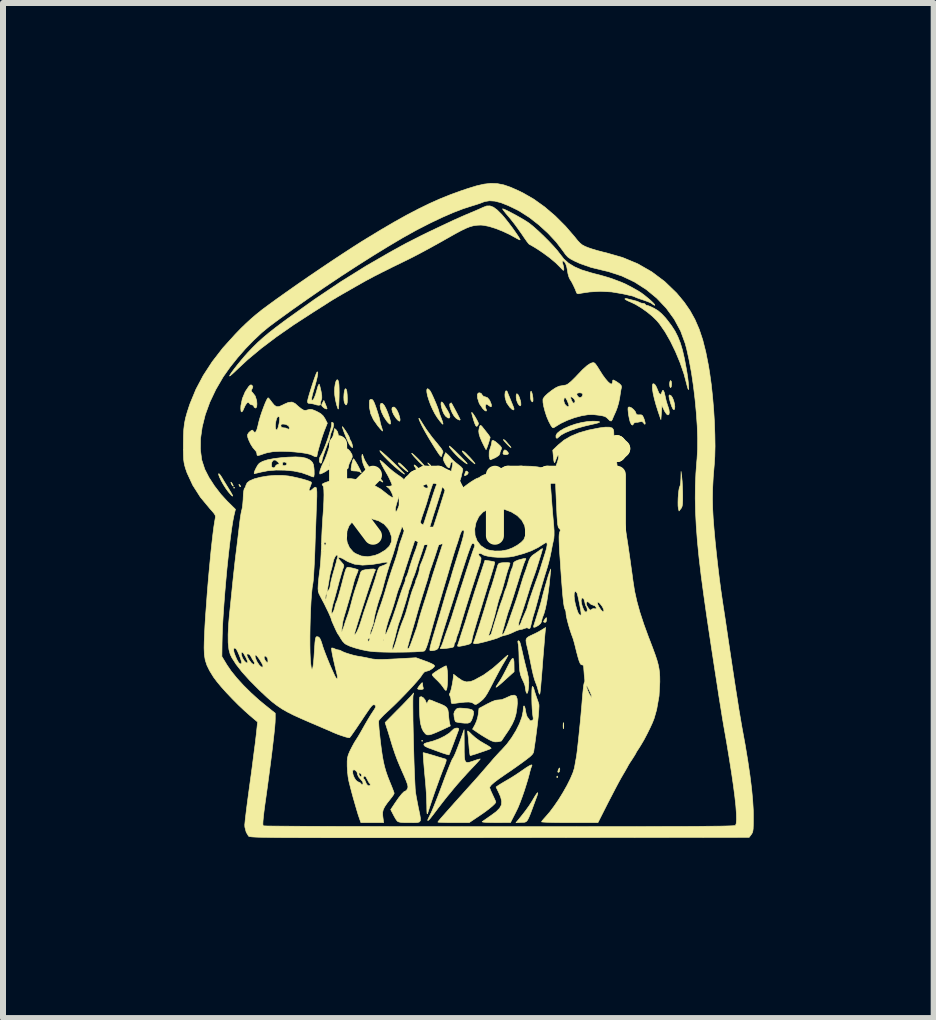
<source format=kicad_pcb>
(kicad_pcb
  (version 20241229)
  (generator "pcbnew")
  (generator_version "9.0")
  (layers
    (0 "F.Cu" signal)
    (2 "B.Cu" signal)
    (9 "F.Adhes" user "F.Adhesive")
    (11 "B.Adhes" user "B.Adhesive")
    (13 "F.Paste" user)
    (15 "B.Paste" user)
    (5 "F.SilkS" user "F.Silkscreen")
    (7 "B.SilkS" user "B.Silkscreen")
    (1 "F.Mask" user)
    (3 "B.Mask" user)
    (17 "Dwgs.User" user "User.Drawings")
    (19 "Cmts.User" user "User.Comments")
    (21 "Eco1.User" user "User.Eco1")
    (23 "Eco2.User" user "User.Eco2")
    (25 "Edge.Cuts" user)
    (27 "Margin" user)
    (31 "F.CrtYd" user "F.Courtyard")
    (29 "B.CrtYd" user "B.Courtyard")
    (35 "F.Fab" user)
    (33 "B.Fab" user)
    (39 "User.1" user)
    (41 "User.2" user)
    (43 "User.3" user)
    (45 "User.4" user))
  (footprint "komi"
    (layer "F.Cu")
    (at 4.906 5.187)
    (property "Reference" "komi" (at 0 0 0) (layer "F.SilkS") (effects (font (size 1.524 1.524) (thickness 0.3))))
    (attr through_hole)
    (fp_poly (pts (xy -4.047 -0.11) (xy -4.056 -0.102) (xy -4.064 -0.11) (xy -4.056 -0.119) (xy -4.047 -0.11)) (stroke (width 0.01) (type solid)) (fill yes) (layer "F.SilkS"))
    (fp_poly (pts (xy -0.914 4.106) (xy -0.923 4.115) (xy -0.931 4.106) (xy -0.923 4.098) (xy -0.914 4.106)) (stroke (width 0.01) (type solid)) (fill yes) (layer "F.SilkS"))
    (fp_poly (pts (xy 1.332 4.696) (xy 1.334 4.716) (xy 1.332 4.719) (xy 1.322 4.716) (xy 1.321 4.707) (xy 1.327 4.694) (xy 1.332 4.696)) (stroke (width 0.01) (type solid)) (fill yes) (layer "F.SilkS"))
    (fp_poly (pts (xy -3.963 -0.159) (xy -3.96 -0.157) (xy -3.947 -0.135) (xy -3.949 -0.127) (xy -3.961 -0.132) (xy -3.97 -0.147) (xy -3.975 -0.167) (xy -3.963 -0.159)) (stroke (width 0.01) (type solid)) (fill yes) (layer "F.SilkS"))
    (fp_poly (pts (xy -4.094 -0.19) (xy -4.081 -0.169) (xy -4.07 -0.143) (xy -4.071 -0.135) (xy -4.085 -0.148) (xy -4.098 -0.169) (xy -4.109 -0.196) (xy -4.108 -0.203) (xy -4.094 -0.19)) (stroke (width 0.01) (type solid)) (fill yes) (layer "F.SilkS"))
    (fp_poly (pts (xy -0.821 -0.52) (xy -0.809 -0.51) (xy -0.782 -0.485) (xy -0.782 -0.474) (xy -0.785 -0.474) (xy -0.799 -0.486) (xy -0.815 -0.504) (xy -0.83 -0.524) (xy -0.821 -0.52)) (stroke (width 0.01) (type solid)) (fill yes) (layer "F.SilkS"))
    (fp_poly (pts (xy 1.435 3.814) (xy 1.437 3.865) (xy 1.434 3.899) (xy 1.43 3.906) (xy 1.428 3.884) (xy 1.427 3.852) (xy 1.429 3.814) (xy 1.432 3.803) (xy 1.435 3.814)) (stroke (width 0.01) (type solid)) (fill yes) (layer "F.SilkS"))
    (fp_poly (pts (xy -0.17 -0.382) (xy -0.153 -0.359) (xy -0.169 -0.333) (xy -0.188 -0.321) (xy -0.213 -0.31) (xy -0.216 -0.323) (xy -0.211 -0.341) (xy -0.198 -0.378) (xy -0.187 -0.389) (xy -0.17 -0.382)) (stroke (width 0.01) (type solid)) (fill yes) (layer "F.SilkS"))
    (fp_poly (pts (xy 1.151 2.061) (xy 1.151 2.088) (xy 1.143 2.124) (xy 1.126 2.134) (xy 1.104 2.127) (xy 1.101 2.121) (xy 1.111 2.099) (xy 1.127 2.075) (xy 1.145 2.054) (xy 1.151 2.061)) (stroke (width 0.01) (type solid)) (fill yes) (layer "F.SilkS"))
    (fp_poly (pts (xy 1.371 4.575) (xy 1.371 4.584) (xy 1.365 4.618) (xy 1.355 4.631) (xy 1.34 4.628) (xy 1.338 4.62) (xy 1.347 4.587) (xy 1.355 4.572) (xy 1.367 4.558) (xy 1.371 4.575)) (stroke (width 0.01) (type solid)) (fill yes) (layer "F.SilkS"))
    (fp_poly (pts (xy -2.533 -1.5) (xy -2.516 -1.458) (xy -2.507 -1.432) (xy -2.506 -1.429) (xy -2.518 -1.422) (xy -2.545 -1.433) (xy -2.571 -1.452) (xy -2.595 -1.477) (xy -2.594 -1.503) (xy -2.583 -1.523) (xy -2.56 -1.565) (xy -2.533 -1.5)) (stroke (width 0.01) (type solid)) (fill yes) (layer "F.SilkS"))
    (fp_poly (pts (xy 0.475 -0.733) (xy 0.49 -0.721) (xy 0.512 -0.694) (xy 0.515 -0.675) (xy 0.493 -0.663) (xy 0.46 -0.661) (xy 0.432 -0.669) (xy 0.424 -0.682) (xy 0.432 -0.714) (xy 0.439 -0.727) (xy 0.455 -0.742) (xy 0.475 -0.733)) (stroke (width 0.01) (type solid)) (fill yes) (layer "F.SilkS"))
    (fp_poly (pts (xy -1.29 -0.514) (xy -1.256 -0.484) (xy -1.219 -0.449) (xy -1.176 -0.403) (xy -1.158 -0.379) (xy -1.164 -0.377) (xy -1.196 -0.399) (xy -1.239 -0.434) (xy -1.292 -0.481) (xy -1.318 -0.511) (xy -1.315 -0.524) (xy -1.309 -0.525) (xy -1.29 -0.514)) (stroke (width 0.01) (type solid)) (fill yes) (layer "F.SilkS"))
    (fp_poly (pts (xy 0.455 -0.903) (xy 0.481 -0.876) (xy 0.514 -0.837) (xy 0.538 -0.809) (xy 0.558 -0.783) (xy 0.557 -0.779) (xy 0.538 -0.793) (xy 0.506 -0.823) (xy 0.483 -0.847) (xy 0.45 -0.883) (xy 0.432 -0.908) (xy 0.433 -0.914) (xy 0.455 -0.903)) (stroke (width 0.01) (type solid)) (fill yes) (layer "F.SilkS"))
    (fp_poly (pts (xy 3.229 -1.882) (xy 3.234 -1.845) (xy 3.234 -1.837) (xy 3.23 -1.798) (xy 3.22 -1.779) (xy 3.217 -1.778) (xy 3.206 -1.793) (xy 3.201 -1.829) (xy 3.2 -1.837) (xy 3.205 -1.876) (xy 3.215 -1.896) (xy 3.217 -1.897) (xy 3.229 -1.882)) (stroke (width 0.01) (type solid)) (fill yes) (layer "F.SilkS"))
    (fp_poly (pts (xy 0.676 -1.661) (xy 0.696 -1.621) (xy 0.714 -1.564) (xy 0.721 -1.534) (xy 0.723 -1.489) (xy 0.712 -1.474) (xy 0.691 -1.489) (xy 0.669 -1.523) (xy 0.653 -1.566) (xy 0.645 -1.613) (xy 0.645 -1.653) (xy 0.653 -1.675) (xy 0.658 -1.676) (xy 0.676 -1.661)) (stroke (width 0.01) (type solid)) (fill yes) (layer "F.SilkS"))
    (fp_poly (pts (xy 0.895 -1.718) (xy 0.907 -1.692) (xy 0.917 -1.651) (xy 0.924 -1.604) (xy 0.925 -1.564) (xy 0.92 -1.542) (xy 0.917 -1.541) (xy 0.898 -1.554) (xy 0.891 -1.568) (xy 0.884 -1.601) (xy 0.881 -1.643) (xy 0.882 -1.684) (xy 0.887 -1.712) (xy 0.895 -1.719) (xy 0.895 -1.718)) (stroke (width 0.01) (type solid)) (fill yes) (layer "F.SilkS"))
    (fp_poly (pts (xy 3.218 -1.648) (xy 3.225 -1.644) (xy 3.248 -1.612) (xy 3.268 -1.563) (xy 3.282 -1.509) (xy 3.288 -1.459) (xy 3.284 -1.422) (xy 3.273 -1.41) (xy 3.257 -1.422) (xy 3.237 -1.463) (xy 3.216 -1.524) (xy 3.196 -1.597) (xy 3.19 -1.641) (xy 3.197 -1.657) (xy 3.218 -1.648)) (stroke (width 0.01) (type solid)) (fill yes) (layer "F.SilkS"))
    (fp_poly (pts (xy -2.187 -1.751) (xy -2.177 -1.717) (xy -2.171 -1.656) (xy -2.169 -1.596) (xy -2.17 -1.533) (xy -2.179 -1.497) (xy -2.193 -1.49) (xy -2.211 -1.515) (xy -2.219 -1.534) (xy -2.225 -1.569) (xy -2.227 -1.62) (xy -2.224 -1.674) (xy -2.217 -1.723) (xy -2.207 -1.754) (xy -2.2 -1.761) (xy -2.187 -1.751)) (stroke (width 0.01) (type solid)) (fill yes) (layer "F.SilkS"))
    (fp_poly (pts (xy -1.086 -0.68) (xy -1.051 -0.651) (xy -0.994 -0.596) (xy -0.987 -0.589) (xy -0.939 -0.539) (xy -0.903 -0.498) (xy -0.884 -0.472) (xy -0.883 -0.466) (xy -0.898 -0.473) (xy -0.93 -0.501) (xy -0.974 -0.542) (xy -0.996 -0.566) (xy -1.054 -0.627) (xy -1.087 -0.668) (xy -1.098 -0.685) (xy -1.086 -0.68)) (stroke (width 0.01) (type solid)) (fill yes) (layer "F.SilkS"))
    (fp_poly (pts (xy -0.915 3.155) (xy -0.915 3.161) (xy -0.91 3.204) (xy -0.904 3.224) (xy -0.904 3.243) (xy -0.929 3.251) (xy -0.946 3.251) (xy -0.983 3.248) (xy -0.999 3.239) (xy -0.999 3.239) (xy -0.989 3.218) (xy -0.965 3.184) (xy -0.957 3.175) (xy -0.931 3.144) (xy -0.918 3.138) (xy -0.915 3.155)) (stroke (width 0.01) (type solid)) (fill yes) (layer "F.SilkS"))
    (fp_poly (pts (xy -1.582 -1.514) (xy -1.552 -1.48) (xy -1.519 -1.417) (xy -1.495 -1.358) (xy -1.464 -1.27) (xy -1.449 -1.209) (xy -1.448 -1.175) (xy -1.461 -1.17) (xy -1.489 -1.194) (xy -1.514 -1.224) (xy -1.56 -1.293) (xy -1.595 -1.364) (xy -1.616 -1.428) (xy -1.623 -1.48) (xy -1.611 -1.513) (xy -1.606 -1.517) (xy -1.582 -1.514)) (stroke (width 0.01) (type solid)) (fill yes) (layer "F.SilkS"))
    (fp_poly (pts (xy -1.384 -1.452) (xy -1.361 -1.431) (xy -1.337 -1.392) (xy -1.315 -1.344) (xy -1.299 -1.293) (xy -1.29 -1.251) (xy -1.293 -1.224) (xy -1.301 -1.219) (xy -1.322 -1.231) (xy -1.351 -1.261) (xy -1.355 -1.266) (xy -1.394 -1.324) (xy -1.418 -1.377) (xy -1.427 -1.42) (xy -1.42 -1.448) (xy -1.396 -1.455) (xy -1.384 -1.452)) (stroke (width 0.01) (type solid)) (fill yes) (layer "F.SilkS"))
    (fp_poly (pts (xy -0.456 -0.797) (xy -0.424 -0.77) (xy -0.378 -0.728) (xy -0.346 -0.696) (xy -0.265 -0.615) (xy -0.209 -0.557) (xy -0.178 -0.521) (xy -0.171 -0.507) (xy -0.189 -0.516) (xy -0.231 -0.546) (xy -0.265 -0.573) (xy -0.311 -0.612) (xy -0.359 -0.66) (xy -0.404 -0.709) (xy -0.442 -0.754) (xy -0.466 -0.788) (xy -0.47 -0.805) (xy -0.456 -0.797)) (stroke (width 0.01) (type solid)) (fill yes) (layer "F.SilkS"))
    (fp_poly (pts (xy -0.227 -0.711) (xy -0.222 -0.708) (xy -0.196 -0.686) (xy -0.161 -0.65) (xy -0.121 -0.609) (xy -0.084 -0.567) (xy -0.056 -0.532) (xy -0.042 -0.511) (xy -0.042 -0.508) (xy -0.059 -0.519) (xy -0.093 -0.548) (xy -0.139 -0.589) (xy -0.154 -0.604) (xy -0.203 -0.653) (xy -0.237 -0.692) (xy -0.254 -0.716) (xy -0.251 -0.724) (xy -0.227 -0.711)) (stroke (width 0.01) (type solid)) (fill yes) (layer "F.SilkS"))
    (fp_poly (pts (xy -0.085 -1.357) (xy -0.063 -1.327) (xy -0.036 -1.285) (xy -0.011 -1.24) (xy 0.009 -1.202) (xy 0.017 -1.178) (xy 0.017 -1.178) (xy 0.005 -1.148) (xy -0.005 -1.137) (xy -0.019 -1.134) (xy -0.033 -1.151) (xy -0.05 -1.194) (xy -0.065 -1.239) (xy -0.082 -1.298) (xy -0.094 -1.342) (xy -0.097 -1.365) (xy -0.096 -1.366) (xy -0.085 -1.357)) (stroke (width 0.01) (type solid)) (fill yes) (layer "F.SilkS"))
    (fp_poly (pts (xy -0.579 -1.527) (xy -0.558 -1.495) (xy -0.557 -1.494) (xy -0.531 -1.448) (xy -0.499 -1.397) (xy -0.495 -1.39) (xy -0.468 -1.337) (xy -0.459 -1.297) (xy -0.467 -1.273) (xy -0.49 -1.272) (xy -0.525 -1.297) (xy -0.536 -1.308) (xy -0.561 -1.346) (xy -0.583 -1.396) (xy -0.599 -1.449) (xy -0.608 -1.497) (xy -0.606 -1.531) (xy -0.596 -1.541) (xy -0.579 -1.527)) (stroke (width 0.01) (type solid)) (fill yes) (layer "F.SilkS"))
    (fp_poly (pts (xy 0.491 -1.72) (xy 0.501 -1.698) (xy 0.512 -1.668) (xy 0.533 -1.618) (xy 0.558 -1.557) (xy 0.56 -1.551) (xy 0.584 -1.493) (xy 0.602 -1.447) (xy 0.609 -1.422) (xy 0.61 -1.42) (xy 0.6 -1.406) (xy 0.574 -1.418) (xy 0.538 -1.452) (xy 0.484 -1.529) (xy 0.459 -1.619) (xy 0.457 -1.661) (xy 0.462 -1.705) (xy 0.475 -1.726) (xy 0.491 -1.72)) (stroke (width 0.01) (type solid)) (fill yes) (layer "F.SilkS"))
    (fp_poly (pts (xy -4.303 -0.341) (xy -4.281 -0.315) (xy -4.258 -0.279) (xy -4.224 -0.221) (xy -4.18 -0.15) (xy -4.137 -0.081) (xy -4.137 -0.08) (xy -4.099 -0.017) (xy -4.08 0.02) (xy -4.082 0.03) (xy -4.102 0.014) (xy -4.141 -0.03) (xy -4.155 -0.047) (xy -4.195 -0.102) (xy -4.235 -0.165) (xy -4.271 -0.229) (xy -4.298 -0.286) (xy -4.313 -0.328) (xy -4.313 -0.344) (xy -4.303 -0.341)) (stroke (width 0.01) (type solid)) (fill yes) (layer "F.SilkS"))
    (fp_poly (pts (xy -0.435 -1.523) (xy -0.424 -1.504) (xy -0.402 -1.464) (xy -0.374 -1.412) (xy -0.344 -1.356) (xy -0.317 -1.303) (xy -0.297 -1.263) (xy -0.288 -1.244) (xy -0.288 -1.243) (xy -0.299 -1.237) (xy -0.332 -1.252) (xy -0.359 -1.271) (xy -0.389 -1.304) (xy -0.419 -1.353) (xy -0.443 -1.408) (xy -0.46 -1.46) (xy -0.464 -1.499) (xy -0.458 -1.513) (xy -0.439 -1.524) (xy -0.435 -1.523)) (stroke (width 0.01) (type solid)) (fill yes) (layer "F.SilkS"))
    (fp_poly (pts (xy -2.319 -1.89) (xy -2.312 -1.86) (xy -2.308 -1.822) (xy -2.306 -1.767) (xy -2.305 -1.699) (xy -2.306 -1.626) (xy -2.308 -1.556) (xy -2.311 -1.494) (xy -2.315 -1.447) (xy -2.319 -1.423) (xy -2.323 -1.422) (xy -2.347 -1.491) (xy -2.367 -1.578) (xy -2.378 -1.651) (xy -2.382 -1.716) (xy -2.379 -1.779) (xy -2.371 -1.835) (xy -2.36 -1.878) (xy -2.346 -1.905) (xy -2.332 -1.91) (xy -2.319 -1.89)) (stroke (width 0.01) (type solid)) (fill yes) (layer "F.SilkS"))
    (fp_poly (pts (xy 0.602 2.746) (xy 0.608 2.791) (xy 0.609 2.853) (xy 0.61 2.955) (xy 0.478 3.074) (xy 0.403 3.142) (xy 0.35 3.187) (xy 0.319 3.21) (xy 0.308 3.213) (xy 0.314 3.199) (xy 0.331 3.171) (xy 0.359 3.128) (xy 0.373 3.107) (xy 0.4 3.063) (xy 0.436 2.998) (xy 0.475 2.923) (xy 0.5 2.873) (xy 0.54 2.795) (xy 0.569 2.747) (xy 0.589 2.731) (xy 0.602 2.746)) (stroke (width 0.01) (type solid)) (fill yes) (layer "F.SilkS"))
    (fp_poly (pts (xy -2.053 -0.579) (xy -2.03 -0.544) (xy -2.002 -0.497) (xy -1.975 -0.446) (xy -1.952 -0.401) (xy -1.938 -0.369) (xy -1.937 -0.36) (xy -1.95 -0.365) (xy -1.955 -0.371) (xy -1.978 -0.383) (xy -2.02 -0.389) (xy -2.032 -0.389) (xy -2.076 -0.392) (xy -2.103 -0.4) (xy -2.105 -0.402) (xy -2.107 -0.424) (xy -2.101 -0.466) (xy -2.092 -0.514) (xy -2.081 -0.559) (xy -2.07 -0.588) (xy -2.066 -0.593) (xy -2.053 -0.579)) (stroke (width 0.01) (type solid)) (fill yes) (layer "F.SilkS"))
    (fp_poly (pts (xy -1.607 -0.717) (xy -1.57 -0.686) (xy -1.519 -0.641) (xy -1.459 -0.585) (xy -1.394 -0.523) (xy -1.331 -0.461) (xy -1.273 -0.402) (xy -1.225 -0.351) (xy -1.221 -0.347) (xy -1.215 -0.337) (xy -1.232 -0.346) (xy -1.27 -0.373) (xy -1.321 -0.413) (xy -1.377 -0.46) (xy -1.436 -0.514) (xy -1.494 -0.57) (xy -1.547 -0.624) (xy -1.59 -0.671) (xy -1.618 -0.706) (xy -1.628 -0.726) (xy -1.625 -0.728) (xy -1.607 -0.717)) (stroke (width 0.01) (type solid)) (fill yes) (layer "F.SilkS"))
    (fp_poly (pts (xy 1.004 4.985) (xy 0.992 5.024) (xy 0.944 5.153) (xy 0.907 5.254) (xy 0.878 5.33) (xy 0.855 5.385) (xy 0.836 5.423) (xy 0.819 5.446) (xy 0.801 5.458) (xy 0.781 5.464) (xy 0.757 5.465) (xy 0.731 5.466) (xy 0.641 5.471) (xy 0.75 5.337) (xy 0.806 5.264) (xy 0.862 5.186) (xy 0.908 5.114) (xy 0.922 5.09) (xy 0.961 5.024) (xy 0.988 4.984) (xy 1.003 4.97) (xy 1.004 4.985)) (stroke (width 0.01) (type solid)) (fill yes) (layer "F.SilkS"))
    (fp_poly (pts (xy -2.244 -1.121) (xy -2.221 -1.091) (xy -2.193 -1.05) (xy -2.162 -1) (xy -2.14 -0.96) (xy -2.134 -0.941) (xy -2.125 -0.913) (xy -2.122 -0.908) (xy -2.108 -0.885) (xy -2.093 -0.848) (xy -2.083 -0.81) (xy -2.08 -0.784) (xy -2.084 -0.779) (xy -2.102 -0.791) (xy -2.128 -0.822) (xy -2.13 -0.826) (xy -2.148 -0.857) (xy -2.171 -0.909) (xy -2.197 -0.97) (xy -2.222 -1.033) (xy -2.241 -1.087) (xy -2.251 -1.123) (xy -2.252 -1.129) (xy -2.244 -1.121)) (stroke (width 0.01) (type solid)) (fill yes) (layer "F.SilkS"))
    (fp_poly (pts (xy -2.157 -0.753) (xy -2.124 -0.718) (xy -2.12 -0.712) (xy -2.091 -0.664) (xy -2.086 -0.623) (xy -2.105 -0.576) (xy -2.117 -0.555) (xy -2.139 -0.508) (xy -2.15 -0.466) (xy -2.15 -0.461) (xy -2.158 -0.432) (xy -2.172 -0.423) (xy -2.205 -0.419) (xy -2.229 -0.413) (xy -2.262 -0.413) (xy -2.277 -0.422) (xy -2.278 -0.45) (xy -2.265 -0.502) (xy -2.241 -0.573) (xy -2.208 -0.654) (xy -2.192 -0.699) (xy -2.184 -0.734) (xy -2.184 -0.735) (xy -2.177 -0.759) (xy -2.157 -0.753)) (stroke (width 0.01) (type solid)) (fill yes) (layer "F.SilkS"))
    (fp_poly (pts (xy -0.509 2.893) (xy -0.502 2.948) (xy -0.498 3.015) (xy -0.498 3.087) (xy -0.501 3.157) (xy -0.507 3.215) (xy -0.515 3.255) (xy -0.526 3.268) (xy -0.542 3.255) (xy -0.567 3.222) (xy -0.575 3.209) (xy -0.609 3.165) (xy -0.657 3.113) (xy -0.688 3.083) (xy -0.727 3.045) (xy -0.751 3.015) (xy -0.755 3) (xy -0.736 2.982) (xy -0.698 2.955) (xy -0.65 2.924) (xy -0.6 2.895) (xy -0.556 2.871) (xy -0.527 2.858) (xy -0.519 2.858) (xy -0.509 2.893)) (stroke (width 0.01) (type solid)) (fill yes) (layer "F.SilkS"))
    (fp_poly (pts (xy -0.241 3.564) (xy -0.215 3.566) (xy -0.137 3.576) (xy -0.089 3.591) (xy -0.067 3.616) (xy -0.065 3.655) (xy -0.077 3.704) (xy -0.098 3.763) (xy -0.122 3.798) (xy -0.159 3.812) (xy -0.216 3.812) (xy -0.25 3.809) (xy -0.307 3.802) (xy -0.349 3.794) (xy -0.366 3.788) (xy -0.376 3.766) (xy -0.386 3.724) (xy -0.389 3.709) (xy -0.394 3.656) (xy -0.383 3.618) (xy -0.369 3.598) (xy -0.35 3.576) (xy -0.328 3.565) (xy -0.295 3.561) (xy -0.241 3.564)) (stroke (width 0.01) (type solid)) (fill yes) (layer "F.SilkS"))
    (fp_poly (pts (xy 0.066 -1.141) (xy 0.074 -1.132) (xy 0.096 -1.104) (xy 0.13 -1.061) (xy 0.153 -1.032) (xy 0.185 -0.991) (xy 0.206 -0.96) (xy 0.211 -0.95) (xy 0.205 -0.925) (xy 0.193 -0.883) (xy 0.177 -0.833) (xy 0.161 -0.787) (xy 0.148 -0.754) (xy 0.143 -0.745) (xy 0.134 -0.759) (xy 0.114 -0.797) (xy 0.087 -0.852) (xy 0.075 -0.876) (xy 0.043 -0.951) (xy 0.026 -1.007) (xy 0.021 -1.052) (xy 0.023 -1.072) (xy 0.033 -1.127) (xy 0.047 -1.15) (xy 0.066 -1.141)) (stroke (width 0.01) (type solid)) (fill yes) (layer "F.SilkS"))
    (fp_poly (pts (xy 0.294 -0.882) (xy 0.339 -0.845) (xy 0.38 -0.806) (xy 0.399 -0.78) (xy 0.4 -0.759) (xy 0.393 -0.745) (xy 0.376 -0.704) (xy 0.373 -0.679) (xy 0.356 -0.649) (xy 0.306 -0.616) (xy 0.297 -0.611) (xy 0.251 -0.591) (xy 0.22 -0.578) (xy 0.213 -0.576) (xy 0.205 -0.59) (xy 0.195 -0.627) (xy 0.194 -0.635) (xy 0.195 -0.713) (xy 0.21 -0.762) (xy 0.227 -0.813) (xy 0.236 -0.854) (xy 0.237 -0.863) (xy 0.242 -0.894) (xy 0.26 -0.9) (xy 0.294 -0.882)) (stroke (width 0.01) (type solid)) (fill yes) (layer "F.SilkS"))
    (fp_poly (pts (xy 1.993 -1.217) (xy 2.03 -1.211) (xy 2.033 -1.201) (xy 2.003 -1.189) (xy 1.939 -1.173) (xy 1.93 -1.171) (xy 1.796 -1.14) (xy 1.669 -1.105) (xy 1.557 -1.067) (xy 1.463 -1.028) (xy 1.394 -0.99) (xy 1.356 -0.958) (xy 1.327 -0.934) (xy 1.31 -0.941) (xy 1.307 -0.978) (xy 1.307 -0.978) (xy 1.327 -1.017) (xy 1.375 -1.057) (xy 1.445 -1.098) (xy 1.532 -1.136) (xy 1.629 -1.17) (xy 1.731 -1.196) (xy 1.832 -1.213) (xy 1.922 -1.219) (xy 1.993 -1.217)) (stroke (width 0.01) (type solid)) (fill yes) (layer "F.SilkS"))
    (fp_poly (pts (xy 3.404 -0.279) (xy 3.41 -0.219) (xy 3.414 -0.136) (xy 3.418 -0.046) (xy 3.419 0.011) (xy 3.419 0.097) (xy 3.416 0.156) (xy 3.41 0.196) (xy 3.4 0.223) (xy 3.389 0.238) (xy 3.358 0.277) (xy 3.347 0.234) (xy 3.342 0.194) (xy 3.341 0.135) (xy 3.343 0.065) (xy 3.348 -0.005) (xy 3.355 -0.066) (xy 3.363 -0.11) (xy 3.369 -0.125) (xy 3.378 -0.15) (xy 3.385 -0.198) (xy 3.389 -0.259) (xy 3.389 -0.262) (xy 3.392 -0.381) (xy 3.404 -0.279)) (stroke (width 0.01) (type solid)) (fill yes) (layer "F.SilkS"))
    (fp_poly (pts (xy 0.065 -1.678) (xy 0.076 -1.659) (xy 0.101 -1.631) (xy 0.126 -1.626) (xy 0.167 -1.61) (xy 0.203 -1.567) (xy 0.229 -1.503) (xy 0.23 -1.5) (xy 0.233 -1.465) (xy 0.219 -1.459) (xy 0.187 -1.481) (xy 0.182 -1.485) (xy 0.156 -1.504) (xy 0.141 -1.498) (xy 0.136 -1.49) (xy 0.13 -1.455) (xy 0.137 -1.437) (xy 0.151 -1.4) (xy 0.143 -1.387) (xy 0.119 -1.399) (xy 0.09 -1.427) (xy 0.03 -1.513) (xy 0.000422 -1.606) (xy -0.002 -1.664) (xy 0.012 -1.688) (xy 0.039 -1.692) (xy 0.065 -1.678)) (stroke (width 0.01) (type solid)) (fill yes) (layer "F.SilkS"))
    (fp_poly (pts (xy -1.752 -1.578) (xy -1.735 -1.557) (xy -1.716 -1.517) (xy -1.692 -1.451) (xy -1.682 -1.422) (xy -1.659 -1.35) (xy -1.64 -1.287) (xy -1.629 -1.242) (xy -1.626 -1.228) (xy -1.619 -1.19) (xy -1.605 -1.14) (xy -1.6 -1.127) (xy -1.587 -1.084) (xy -1.581 -1.058) (xy -1.581 -1.055) (xy -1.593 -1.064) (xy -1.621 -1.094) (xy -1.658 -1.138) (xy -1.659 -1.139) (xy -1.733 -1.244) (xy -1.779 -1.344) (xy -1.8 -1.448) (xy -1.801 -1.482) (xy -1.801 -1.538) (xy -1.797 -1.569) (xy -1.785 -1.581) (xy -1.77 -1.583) (xy -1.752 -1.578)) (stroke (width 0.01) (type solid)) (fill yes) (layer "F.SilkS"))
    (fp_poly (pts (xy -0.956 -1.245) (xy -0.925 -1.196) (xy -0.922 -1.19) (xy -0.85 -1.078) (xy -0.758 -0.953) (xy -0.652 -0.824) (xy -0.649 -0.82) (xy -0.606 -0.766) (xy -0.58 -0.725) (xy -0.574 -0.703) (xy -0.575 -0.701) (xy -0.589 -0.674) (xy -0.595 -0.643) (xy -0.6 -0.63) (xy -0.611 -0.633) (xy -0.631 -0.655) (xy -0.662 -0.7) (xy -0.708 -0.771) (xy -0.713 -0.779) (xy -0.764 -0.861) (xy -0.815 -0.945) (xy -0.859 -1.021) (xy -0.886 -1.069) (xy -0.924 -1.14) (xy -0.952 -1.199) (xy -0.97 -1.241) (xy -0.978 -1.265) (xy -0.973 -1.268) (xy -0.956 -1.245)) (stroke (width 0.01) (type solid)) (fill yes) (layer "F.SilkS"))
    (fp_poly (pts (xy -0.81 -1.748) (xy -0.787 -1.721) (xy -0.769 -1.688) (xy -0.744 -1.635) (xy -0.716 -1.572) (xy -0.688 -1.506) (xy -0.664 -1.446) (xy -0.648 -1.401) (xy -0.643 -1.381) (xy -0.637 -1.357) (xy -0.621 -1.312) (xy -0.603 -1.266) (xy -0.584 -1.215) (xy -0.575 -1.18) (xy -0.577 -1.168) (xy -0.593 -1.181) (xy -0.622 -1.215) (xy -0.659 -1.264) (xy -0.67 -1.279) (xy -0.71 -1.343) (xy -0.748 -1.417) (xy -0.783 -1.496) (xy -0.811 -1.574) (xy -0.833 -1.645) (xy -0.844 -1.704) (xy -0.845 -1.744) (xy -0.832 -1.761) (xy -0.83 -1.761) (xy -0.81 -1.748)) (stroke (width 0.01) (type solid)) (fill yes) (layer "F.SilkS"))
    (fp_poly (pts (xy -0.157 3.944) (xy -0.132 3.965) (xy -0.092 4.005) (xy -0.034 4.056) (xy 0.04 4.11) (xy 0.114 4.154) (xy 0.116 4.155) (xy 0.171 4.186) (xy 0.21 4.212) (xy 0.227 4.23) (xy 0.226 4.233) (xy 0.206 4.243) (xy 0.162 4.26) (xy 0.103 4.281) (xy 0.037 4.303) (xy -0.027 4.325) (xy -0.08 4.341) (xy -0.114 4.351) (xy -0.121 4.352) (xy -0.126 4.336) (xy -0.132 4.294) (xy -0.139 4.231) (xy -0.143 4.178) (xy -0.149 4.1) (xy -0.156 4.031) (xy -0.162 3.981) (xy -0.165 3.963) (xy -0.167 3.944) (xy -0.157 3.944)) (stroke (width 0.01) (type solid)) (fill yes) (layer "F.SilkS"))
    (fp_poly (pts (xy -0.312 3.906) (xy -0.314 3.924) (xy -0.325 3.951) (xy -0.344 4.003) (xy -0.37 4.071) (xy -0.397 4.144) (xy -0.425 4.218) (xy -0.449 4.28) (xy -0.466 4.322) (xy -0.475 4.34) (xy -0.493 4.337) (xy -0.535 4.325) (xy -0.594 4.306) (xy -0.618 4.297) (xy -0.692 4.27) (xy -0.763 4.244) (xy -0.818 4.224) (xy -0.826 4.221) (xy -0.875 4.197) (xy -0.895 4.173) (xy -0.884 4.152) (xy -0.851 4.14) (xy -0.742 4.111) (xy -0.636 4.072) (xy -0.542 4.025) (xy -0.467 3.976) (xy -0.425 3.936) (xy -0.395 3.909) (xy -0.36 3.895) (xy -0.329 3.894) (xy -0.312 3.906)) (stroke (width 0.01) (type solid)) (fill yes) (layer "F.SilkS"))
    (fp_poly (pts (xy 1.21 1.355) (xy 1.194 1.517) (xy 1.174 1.667) (xy 1.153 1.799) (xy 1.13 1.908) (xy 1.107 1.99) (xy 1.098 2.012) (xy 1.079 2.064) (xy 1.068 2.107) (xy 1.067 2.118) (xy 1.053 2.149) (xy 1.017 2.181) (xy 1.012 2.185) (xy 0.963 2.211) (xy 0.938 2.216) (xy 0.934 2.199) (xy 0.937 2.189) (xy 0.97 2.086) (xy 1.001 1.986) (xy 1.029 1.896) (xy 1.051 1.822) (xy 1.065 1.771) (xy 1.067 1.761) (xy 1.083 1.698) (xy 1.104 1.617) (xy 1.129 1.529) (xy 1.154 1.443) (xy 1.176 1.369) (xy 1.193 1.317) (xy 1.195 1.312) (xy 1.22 1.245) (xy 1.21 1.355)) (stroke (width 0.01) (type solid)) (fill yes) (layer "F.SilkS"))
    (fp_poly (pts (xy 2.961 -1.823) (xy 2.979 -1.792) (xy 2.999 -1.746) (xy 3.003 -1.735) (xy 3.025 -1.684) (xy 3.046 -1.665) (xy 3.064 -1.679) (xy 3.072 -1.704) (xy 3.085 -1.733) (xy 3.099 -1.729) (xy 3.114 -1.692) (xy 3.129 -1.626) (xy 3.143 -1.563) (xy 3.16 -1.505) (xy 3.168 -1.482) (xy 3.19 -1.415) (xy 3.196 -1.365) (xy 3.19 -1.333) (xy 3.173 -1.323) (xy 3.149 -1.339) (xy 3.119 -1.384) (xy 3.111 -1.401) (xy 3.073 -1.482) (xy 3.056 -1.245) (xy 3.01 -1.38) (xy 2.974 -1.493) (xy 2.946 -1.596) (xy 2.926 -1.685) (xy 2.915 -1.758) (xy 2.914 -1.811) (xy 2.921 -1.84) (xy 2.938 -1.843) (xy 2.961 -1.823)) (stroke (width 0.01) (type solid)) (fill yes) (layer "F.SilkS"))
    (fp_poly (pts (xy -3.757 -1.816) (xy -3.743 -1.793) (xy -3.753 -1.764) (xy -3.757 -1.758) (xy -3.771 -1.727) (xy -3.758 -1.705) (xy -3.747 -1.695) (xy -3.704 -1.639) (xy -3.679 -1.561) (xy -3.675 -1.506) (xy -3.679 -1.459) (xy -3.693 -1.44) (xy -3.7 -1.439) (xy -3.722 -1.453) (xy -3.725 -1.465) (xy -3.739 -1.486) (xy -3.757 -1.49) (xy -3.789 -1.502) (xy -3.799 -1.515) (xy -3.817 -1.534) (xy -3.841 -1.523) (xy -3.867 -1.487) (xy -3.886 -1.447) (xy -3.91 -1.393) (xy -3.928 -1.373) (xy -3.94 -1.385) (xy -3.944 -1.429) (xy -3.942 -1.478) (xy -3.918 -1.595) (xy -3.87 -1.71) (xy -3.813 -1.795) (xy -3.786 -1.822) (xy -3.767 -1.823) (xy -3.757 -1.816)) (stroke (width 0.01) (type solid)) (fill yes) (layer "F.SilkS"))
    (fp_poly (pts (xy -2.403 -1.189) (xy -2.398 -1.153) (xy -2.408 -1.102) (xy -2.421 -1.071) (xy -2.442 -1.02) (xy -2.454 -0.977) (xy -2.455 -0.966) (xy -2.463 -0.921) (xy -2.47 -0.901) (xy -2.492 -0.853) (xy -2.517 -0.79) (xy -2.543 -0.721) (xy -2.566 -0.654) (xy -2.583 -0.6) (xy -2.591 -0.566) (xy -2.591 -0.563) (xy -2.598 -0.527) (xy -2.614 -0.518) (xy -2.631 -0.537) (xy -2.635 -0.55) (xy -2.632 -0.605) (xy -2.618 -0.634) (xy -2.592 -0.682) (xy -2.562 -0.749) (xy -2.53 -0.828) (xy -2.499 -0.913) (xy -2.472 -0.997) (xy -2.449 -1.073) (xy -2.434 -1.135) (xy -2.429 -1.176) (xy -2.431 -1.187) (xy -2.428 -1.201) (xy -2.424 -1.202) (xy -2.403 -1.189)) (stroke (width 0.01) (type solid)) (fill yes) (layer "F.SilkS"))
    (fp_poly (pts (xy -1.916 -0.665) (xy -1.905 -0.635) (xy -1.9 -0.618) (xy -1.877 -0.565) (xy -1.841 -0.505) (xy -1.82 -0.476) (xy -1.788 -0.433) (xy -1.766 -0.402) (xy -1.761 -0.39) (xy -1.749 -0.375) (xy -1.717 -0.346) (xy -1.689 -0.325) (xy -1.651 -0.293) (xy -1.615 -0.258) (xy -1.588 -0.227) (xy -1.576 -0.207) (xy -1.579 -0.204) (xy -1.594 -0.212) (xy -1.63 -0.233) (xy -1.668 -0.257) (xy -1.714 -0.287) (xy -1.747 -0.313) (xy -1.758 -0.324) (xy -1.778 -0.336) (xy -1.796 -0.339) (xy -1.823 -0.354) (xy -1.853 -0.394) (xy -1.882 -0.45) (xy -1.907 -0.514) (xy -1.923 -0.578) (xy -1.927 -0.632) (xy -1.926 -0.64) (xy -1.922 -0.666) (xy -1.916 -0.665)) (stroke (width 0.01) (type solid)) (fill yes) (layer "F.SilkS"))
    (fp_poly (pts (xy 2.564 -1.443) (xy 2.601 -1.413) (xy 2.631 -1.376) (xy 2.642 -1.347) (xy 2.652 -1.328) (xy 2.688 -1.324) (xy 2.695 -1.325) (xy 2.728 -1.325) (xy 2.749 -1.313) (xy 2.766 -1.28) (xy 2.778 -1.249) (xy 2.792 -1.201) (xy 2.794 -1.173) (xy 2.785 -1.168) (xy 2.767 -1.19) (xy 2.763 -1.196) (xy 2.741 -1.214) (xy 2.708 -1.209) (xy 2.665 -1.2) (xy 2.639 -1.2) (xy 2.61 -1.19) (xy 2.602 -1.178) (xy 2.585 -1.154) (xy 2.565 -1.163) (xy 2.544 -1.205) (xy 2.544 -1.206) (xy 2.531 -1.255) (xy 2.518 -1.32) (xy 2.513 -1.359) (xy 2.508 -1.414) (xy 2.509 -1.444) (xy 2.52 -1.455) (xy 2.53 -1.456) (xy 2.564 -1.443)) (stroke (width 0.01) (type solid)) (fill yes) (layer "F.SilkS"))
    (fp_poly (pts (xy -0.888 4.307) (xy -0.846 4.317) (xy -0.785 4.335) (xy -0.726 4.352) (xy -0.652 4.375) (xy -0.589 4.394) (xy -0.545 4.407) (xy -0.529 4.412) (xy -0.52 4.425) (xy -0.526 4.457) (xy -0.544 4.508) (xy -0.582 4.604) (xy -0.625 4.718) (xy -0.67 4.843) (xy -0.716 4.971) (xy -0.758 5.093) (xy -0.794 5.201) (xy -0.822 5.287) (xy -0.826 5.3) (xy -0.833 5.322) (xy -0.839 5.323) (xy -0.842 5.3) (xy -0.844 5.25) (xy -0.845 5.182) (xy -0.848 5.085) (xy -0.853 4.972) (xy -0.861 4.861) (xy -0.865 4.809) (xy -0.879 4.663) (xy -0.89 4.538) (xy -0.898 4.437) (xy -0.903 4.363) (xy -0.905 4.318) (xy -0.905 4.304) (xy -0.888 4.307)) (stroke (width 0.01) (type solid)) (fill yes) (layer "F.SilkS"))
    (fp_poly (pts (xy 0.702 2.455) (xy 0.71 2.477) (xy 0.723 2.525) (xy 0.739 2.591) (xy 0.753 2.654) (xy 0.774 2.745) (xy 0.797 2.839) (xy 0.818 2.922) (xy 0.828 2.959) (xy 0.848 3.05) (xy 0.855 3.132) (xy 0.852 3.2) (xy 0.843 3.271) (xy 0.833 3.31) (xy 0.822 3.316) (xy 0.809 3.289) (xy 0.807 3.281) (xy 0.798 3.236) (xy 0.796 3.211) (xy 0.789 3.179) (xy 0.77 3.13) (xy 0.756 3.101) (xy 0.733 3.051) (xy 0.716 3.002) (xy 0.705 2.947) (xy 0.698 2.879) (xy 0.694 2.79) (xy 0.692 2.709) (xy 0.69 2.628) (xy 0.686 2.556) (xy 0.68 2.502) (xy 0.675 2.477) (xy 0.672 2.447) (xy 0.684 2.438) (xy 0.702 2.455)) (stroke (width 0.01) (type solid)) (fill yes) (layer "F.SilkS"))
    (fp_poly (pts (xy 0.645 3.363) (xy 0.661 3.407) (xy 0.664 3.481) (xy 0.657 3.562) (xy 0.642 3.657) (xy 0.618 3.741) (xy 0.581 3.824) (xy 0.528 3.916) (xy 0.487 3.977) (xy 0.449 4.033) (xy 0.419 4.078) (xy 0.401 4.105) (xy 0.399 4.109) (xy 0.383 4.113) (xy 0.347 4.121) (xy 0.339 4.122) (xy 0.291 4.124) (xy 0.241 4.11) (xy 0.195 4.088) (xy 0.133 4.052) (xy 0.062 4.009) (xy 0.014 3.977) (xy -0.082 3.912) (xy -0.041 3.837) (xy -0.014 3.776) (xy 0.006 3.703) (xy 0.013 3.665) (xy 0.025 3.566) (xy 0.161 3.493) (xy 0.242 3.453) (xy 0.301 3.431) (xy 0.343 3.426) (xy 0.347 3.426) (xy 0.405 3.42) (xy 0.483 3.388) (xy 0.494 3.382) (xy 0.563 3.352) (xy 0.613 3.345) (xy 0.645 3.363)) (stroke (width 0.01) (type solid)) (fill yes) (layer "F.SilkS"))
    (fp_poly (pts (xy -0.488 -0.656) (xy -0.454 -0.621) (xy -0.431 -0.592) (xy -0.43 -0.591) (xy -0.409 -0.569) (xy -0.37 -0.534) (xy -0.325 -0.499) (xy -0.275 -0.459) (xy -0.25 -0.43) (xy -0.244 -0.406) (xy -0.246 -0.398) (xy -0.257 -0.358) (xy -0.269 -0.307) (xy -0.269 -0.303) (xy -0.288 -0.239) (xy -0.308 -0.207) (xy -0.319 -0.204) (xy -0.334 -0.216) (xy -0.363 -0.249) (xy -0.387 -0.279) (xy -0.419 -0.324) (xy -0.433 -0.357) (xy -0.434 -0.392) (xy -0.425 -0.442) (xy -0.415 -0.493) (xy -0.412 -0.528) (xy -0.413 -0.538) (xy -0.432 -0.539) (xy -0.449 -0.518) (xy -0.457 -0.483) (xy -0.457 -0.482) (xy -0.464 -0.448) (xy -0.483 -0.443) (xy -0.51 -0.467) (xy -0.539 -0.512) (xy -0.562 -0.559) (xy -0.569 -0.591) (xy -0.561 -0.623) (xy -0.555 -0.64) (xy -0.531 -0.695) (xy -0.488 -0.656)) (stroke (width 0.01) (type solid)) (fill yes) (layer "F.SilkS"))
    (fp_poly (pts (xy 1.126 2.307) (xy 1.122 2.351) (xy 1.116 2.423) (xy 1.109 2.514) (xy 1.1 2.619) (xy 1.091 2.73) (xy 1.09 2.743) (xy 1.078 2.902) (xy 1.068 3.03) (xy 1.059 3.131) (xy 1.053 3.207) (xy 1.047 3.262) (xy 1.043 3.298) (xy 1.039 3.32) (xy 1.036 3.329) (xy 1.033 3.33) (xy 1.031 3.327) (xy 1.02 3.3) (xy 1.009 3.257) (xy 1.008 3.254) (xy 0.993 3.201) (xy 0.971 3.141) (xy 0.965 3.127) (xy 0.949 3.081) (xy 0.93 3.012) (xy 0.911 2.931) (xy 0.897 2.862) (xy 0.878 2.768) (xy 0.858 2.671) (xy 0.839 2.585) (xy 0.828 2.54) (xy 0.812 2.471) (xy 0.808 2.426) (xy 0.821 2.395) (xy 0.854 2.369) (xy 0.913 2.341) (xy 0.931 2.332) (xy 0.994 2.302) (xy 1.056 2.267) (xy 1.071 2.258) (xy 1.135 2.218) (xy 1.126 2.307)) (stroke (width 0.01) (type solid)) (fill yes) (layer "F.SilkS"))
    (fp_poly (pts (xy -0.903 3.389) (xy -0.874 3.424) (xy -0.866 3.442) (xy -0.851 3.477) (xy -0.841 3.483) (xy -0.831 3.464) (xy -0.829 3.459) (xy -0.816 3.431) (xy -0.8 3.423) (xy -0.769 3.431) (xy -0.739 3.444) (xy -0.684 3.467) (xy -0.627 3.489) (xy -0.627 3.489) (xy -0.558 3.519) (xy -0.515 3.55) (xy -0.493 3.591) (xy -0.484 3.649) (xy -0.484 3.658) (xy -0.478 3.723) (xy -0.471 3.782) (xy -0.466 3.805) (xy -0.453 3.859) (xy -0.603 3.929) (xy -0.693 3.969) (xy -0.759 3.995) (xy -0.805 4.007) (xy -0.838 4.007) (xy -0.861 3.995) (xy -0.869 3.988) (xy -0.903 3.946) (xy -0.928 3.894) (xy -0.948 3.821) (xy -0.955 3.775) (xy -0.961 3.71) (xy -0.965 3.635) (xy -0.968 3.557) (xy -0.969 3.485) (xy -0.968 3.425) (xy -0.964 3.387) (xy -0.961 3.377) (xy -0.935 3.371) (xy -0.903 3.389)) (stroke (width 0.01) (type solid)) (fill yes) (layer "F.SilkS"))
    (fp_poly (pts (xy -2.662 -2.039) (xy -2.662 -2.01) (xy -2.67 -1.957) (xy -2.687 -1.885) (xy -2.711 -1.797) (xy -2.727 -1.745) (xy -2.749 -1.668) (xy -2.762 -1.61) (xy -2.764 -1.576) (xy -2.762 -1.57) (xy -2.743 -1.57) (xy -2.722 -1.602) (xy -2.697 -1.665) (xy -2.675 -1.742) (xy -2.66 -1.795) (xy -2.646 -1.828) (xy -2.637 -1.836) (xy -2.637 -1.835) (xy -2.629 -1.812) (xy -2.617 -1.765) (xy -2.606 -1.715) (xy -2.595 -1.649) (xy -2.594 -1.603) (xy -2.604 -1.568) (xy -2.605 -1.566) (xy -2.617 -1.529) (xy -2.617 -1.508) (xy -2.618 -1.491) (xy -2.643 -1.485) (xy -2.68 -1.49) (xy -2.692 -1.495) (xy -2.742 -1.508) (xy -2.786 -1.514) (xy -2.821 -1.519) (xy -2.832 -1.537) (xy -2.831 -1.558) (xy -2.823 -1.595) (xy -2.807 -1.653) (xy -2.785 -1.725) (xy -2.76 -1.804) (xy -2.735 -1.881) (xy -2.71 -1.951) (xy -2.69 -2.005) (xy -2.675 -2.036) (xy -2.672 -2.04) (xy -2.662 -2.039)) (stroke (width 0.01) (type solid)) (fill yes) (layer "F.SilkS"))
    (fp_poly (pts (xy 0.908 4.511) (xy 0.902 4.532) (xy 0.9 4.534) (xy 0.888 4.567) (xy 0.873 4.619) (xy 0.864 4.657) (xy 0.843 4.735) (xy 0.814 4.831) (xy 0.781 4.936) (xy 0.745 5.04) (xy 0.709 5.136) (xy 0.678 5.213) (xy 0.661 5.249) (xy 0.63 5.312) (xy 0.598 5.374) (xy 0.582 5.405) (xy 0.55 5.468) (xy 0.306 5.469) (xy 0.221 5.468) (xy 0.151 5.466) (xy 0.101 5.462) (xy 0.078 5.457) (xy 0.077 5.455) (xy 0.097 5.44) (xy 0.139 5.411) (xy 0.194 5.372) (xy 0.225 5.351) (xy 0.312 5.287) (xy 0.369 5.229) (xy 0.399 5.173) (xy 0.403 5.112) (xy 0.385 5.04) (xy 0.358 4.978) (xy 0.309 4.876) (xy 0.354 4.845) (xy 0.393 4.821) (xy 0.448 4.788) (xy 0.493 4.762) (xy 0.549 4.729) (xy 0.622 4.683) (xy 0.698 4.633) (xy 0.735 4.607) (xy 0.812 4.554) (xy 0.866 4.521) (xy 0.897 4.507) (xy 0.908 4.511)) (stroke (width 0.01) (type solid)) (fill yes) (layer "F.SilkS"))
    (fp_poly (pts (xy 0.202 1.109) (xy 0.25 1.117) (xy 0.281 1.125) (xy 0.286 1.128) (xy 0.285 1.146) (xy 0.275 1.188) (xy 0.258 1.247) (xy 0.25 1.274) (xy 0.227 1.349) (xy 0.198 1.443) (xy 0.167 1.543) (xy 0.145 1.617) (xy 0.114 1.717) (xy 0.081 1.826) (xy 0.05 1.929) (xy 0.031 1.99) (xy -0.006 2.11) (xy -0.034 2.203) (xy -0.054 2.272) (xy -0.069 2.324) (xy -0.079 2.362) (xy -0.086 2.391) (xy -0.091 2.416) (xy -0.092 2.425) (xy -0.104 2.468) (xy -0.127 2.491) (xy -0.166 2.504) (xy -0.248 2.523) (xy -0.301 2.532) (xy -0.329 2.53) (xy -0.333 2.519) (xy -0.333 2.519) (xy -0.324 2.494) (xy -0.308 2.445) (xy -0.288 2.382) (xy -0.279 2.354) (xy -0.257 2.285) (xy -0.237 2.225) (xy -0.224 2.184) (xy -0.221 2.176) (xy -0.207 2.136) (xy -0.192 2.086) (xy -0.191 2.083) (xy -0.173 2.023) (xy -0.147 1.939) (xy -0.114 1.835) (xy -0.078 1.72) (xy -0.04 1.6) (xy -0.001 1.483) (xy 0.034 1.373) (xy 0.048 1.332) (xy 0.125 1.098) (xy 0.202 1.109)) (stroke (width 0.01) (type solid)) (fill yes) (layer "F.SilkS"))
    (fp_poly (pts (xy 0.508 2.68) (xy 0.5 2.699) (xy 0.478 2.739) (xy 0.447 2.792) (xy 0.44 2.803) (xy 0.407 2.859) (xy 0.364 2.937) (xy 0.316 3.027) (xy 0.267 3.12) (xy 0.251 3.152) (xy 0.201 3.248) (xy 0.162 3.319) (xy 0.129 3.37) (xy 0.098 3.408) (xy 0.067 3.437) (xy 0.054 3.447) (xy 0.008 3.482) (xy -0.022 3.499) (xy -0.042 3.5) (xy -0.064 3.487) (xy -0.076 3.478) (xy -0.104 3.466) (xy -0.146 3.46) (xy -0.209 3.462) (xy -0.297 3.471) (xy -0.377 3.482) (xy -0.418 3.486) (xy -0.436 3.478) (xy -0.44 3.449) (xy -0.44 3.434) (xy -0.446 3.389) (xy -0.459 3.358) (xy -0.46 3.357) (xy -0.47 3.331) (xy -0.461 3.315) (xy -0.449 3.287) (xy -0.435 3.235) (xy -0.421 3.169) (xy -0.409 3.098) (xy -0.402 3.044) (xy -0.398 2.998) (xy -0.324 3.056) (xy -0.251 3.105) (xy -0.184 3.125) (xy -0.116 3.119) (xy -0.058 3.097) (xy 0.1 3.011) (xy 0.256 2.898) (xy 0.411 2.762) (xy 0.456 2.72) (xy 0.49 2.691) (xy 0.507 2.679) (xy 0.508 2.68)) (stroke (width 0.01) (type solid)) (fill yes) (layer "F.SilkS"))
    (fp_poly (pts (xy 2.485 -3.262) (xy 2.518 -3.253) (xy 2.57 -3.24) (xy 2.599 -3.233) (xy 2.651 -3.219) (xy 2.689 -3.204) (xy 2.7 -3.198) (xy 2.729 -3.186) (xy 2.755 -3.183) (xy 2.785 -3.177) (xy 2.794 -3.167) (xy 2.808 -3.152) (xy 2.821 -3.15) (xy 2.849 -3.142) (xy 2.897 -3.122) (xy 2.949 -3.096) (xy 3.012 -3.057) (xy 3.069 -3.008) (xy 3.132 -2.941) (xy 3.161 -2.905) (xy 3.231 -2.813) (xy 3.29 -2.722) (xy 3.338 -2.627) (xy 3.379 -2.524) (xy 3.415 -2.405) (xy 3.447 -2.266) (xy 3.478 -2.1) (xy 3.489 -2.037) (xy 3.503 -1.946) (xy 3.512 -1.869) (xy 3.518 -1.807) (xy 3.519 -1.765) (xy 3.517 -1.746) (xy 3.51 -1.753) (xy 3.498 -1.788) (xy 3.49 -1.82) (xy 3.441 -2.005) (xy 3.376 -2.193) (xy 3.3 -2.376) (xy 3.216 -2.549) (xy 3.127 -2.705) (xy 3.035 -2.838) (xy 2.986 -2.897) (xy 2.914 -2.967) (xy 2.825 -3.04) (xy 2.727 -3.109) (xy 2.632 -3.166) (xy 2.561 -3.2) (xy 2.508 -3.223) (xy 2.47 -3.243) (xy 2.455 -3.256) (xy 2.468 -3.264) (xy 2.485 -3.262)) (stroke (width 0.01) (type solid)) (fill yes) (layer "F.SilkS"))
    (fp_poly (pts (xy -0.221 4.187) (xy -0.221 4.296) (xy -0.218 4.375) (xy -0.211 4.427) (xy -0.197 4.457) (xy -0.174 4.468) (xy -0.139 4.465) (xy -0.09 4.45) (xy -0.062 4.44) (xy -0.009 4.422) (xy 0.03 4.411) (xy 0.046 4.409) (xy 0.036 4.422) (xy 0.008 4.455) (xy -0.036 4.503) (xy -0.091 4.561) (xy -0.103 4.573) (xy -0.179 4.655) (xy -0.264 4.749) (xy -0.345 4.841) (xy -0.395 4.9) (xy -0.452 4.97) (xy -0.502 5.03) (xy -0.549 5.089) (xy -0.598 5.152) (xy -0.656 5.227) (xy -0.727 5.321) (xy -0.741 5.34) (xy -0.785 5.396) (xy -0.813 5.427) (xy -0.827 5.435) (xy -0.83 5.428) (xy -0.823 5.41) (xy -0.804 5.37) (xy -0.78 5.322) (xy -0.76 5.278) (xy -0.731 5.209) (xy -0.695 5.119) (xy -0.654 5.014) (xy -0.611 4.901) (xy -0.583 4.826) (xy -0.542 4.715) (xy -0.503 4.614) (xy -0.469 4.528) (xy -0.441 4.46) (xy -0.422 4.416) (xy -0.413 4.402) (xy -0.395 4.371) (xy -0.368 4.313) (xy -0.334 4.226) (xy -0.29 4.109) (xy -0.262 4.03) (xy -0.223 3.92) (xy -0.221 4.187)) (stroke (width 0.01) (type solid)) (fill yes) (layer "F.SilkS"))
    (fp_poly (pts (xy -2.935 -0.619) (xy -2.861 -0.604) (xy -2.805 -0.58) (xy -2.77 -0.554) (xy -2.747 -0.527) (xy -2.733 -0.492) (xy -2.725 -0.439) (xy -2.722 -0.402) (xy -2.721 -0.336) (xy -2.726 -0.298) (xy -2.734 -0.289) (xy -2.759 -0.297) (xy -2.802 -0.314) (xy -2.825 -0.324) (xy -2.934 -0.362) (xy -3.065 -0.389) (xy -3.209 -0.403) (xy -3.356 -0.405) (xy -3.495 -0.393) (xy -3.598 -0.373) (xy -3.656 -0.359) (xy -3.7 -0.349) (xy -3.72 -0.345) (xy -3.72 -0.345) (xy -3.72 -0.365) (xy -3.706 -0.403) (xy -3.684 -0.448) (xy -3.662 -0.484) (xy -3.434 -0.484) (xy -3.429 -0.458) (xy -3.406 -0.442) (xy -3.381 -0.445) (xy -3.37 -0.464) (xy -3.355 -0.486) (xy -3.333 -0.497) (xy -3.307 -0.506) (xy -3.307 -0.508) (xy -3.251 -0.508) (xy -3.243 -0.481) (xy -3.215 -0.477) (xy -3.213 -0.477) (xy -3.183 -0.491) (xy -3.175 -0.508) (xy -3.189 -0.53) (xy -3.213 -0.539) (xy -3.243 -0.536) (xy -3.251 -0.51) (xy -3.251 -0.508) (xy -3.307 -0.508) (xy -3.308 -0.519) (xy -3.327 -0.541) (xy -3.367 -0.572) (xy -3.401 -0.571) (xy -3.425 -0.54) (xy -3.429 -0.525) (xy -3.434 -0.484) (xy -3.662 -0.484) (xy -3.659 -0.49) (xy -3.635 -0.518) (xy -3.635 -0.518) (xy -3.581 -0.549) (xy -3.497 -0.576) (xy -3.388 -0.597) (xy -3.256 -0.613) (xy -3.154 -0.62) (xy -3.031 -0.624) (xy -2.935 -0.619)) (stroke (width 0.01) (type solid)) (fill yes) (layer "F.SilkS"))
    (fp_poly (pts (xy -1.074 3.354) (xy -1.076 3.385) (xy -1.077 3.445) (xy -1.077 3.53) (xy -1.076 3.636) (xy -1.075 3.759) (xy -1.072 3.894) (xy -1.069 4.037) (xy -1.065 4.184) (xy -1.061 4.331) (xy -1.057 4.473) (xy -1.052 4.605) (xy -1.047 4.725) (xy -1.042 4.826) (xy -1.038 4.906) (xy -1.033 4.959) (xy -1.031 4.974) (xy -1.019 5.046) (xy -1.002 5.134) (xy -0.985 5.223) (xy -0.98 5.245) (xy -0.961 5.336) (xy -0.951 5.398) (xy -0.952 5.437) (xy -0.969 5.459) (xy -1.004 5.468) (xy -1.062 5.47) (xy -1.132 5.469) (xy -1.216 5.469) (xy -1.273 5.466) (xy -1.309 5.459) (xy -1.331 5.449) (xy -1.34 5.44) (xy -1.363 5.408) (xy -1.391 5.359) (xy -1.405 5.332) (xy -1.446 5.253) (xy -1.375 5.145) (xy -1.313 5.056) (xy -1.262 4.992) (xy -1.224 4.954) (xy -1.203 4.945) (xy -1.183 4.931) (xy -1.167 4.905) (xy -1.161 4.89) (xy -1.159 4.872) (xy -1.162 4.849) (xy -1.172 4.816) (xy -1.19 4.767) (xy -1.218 4.7) (xy -1.258 4.61) (xy -1.3 4.513) (xy -1.336 4.426) (xy -1.374 4.324) (xy -1.408 4.223) (xy -1.421 4.183) (xy -1.447 4.096) (xy -1.473 4.01) (xy -1.496 3.936) (xy -1.507 3.903) (xy -1.539 3.802) (xy -1.338 3.598) (xy -1.268 3.528) (xy -1.204 3.462) (xy -1.152 3.407) (xy -1.114 3.368) (xy -1.101 3.353) (xy -1.064 3.31) (xy -1.074 3.354)) (stroke (width 0.01) (type solid)) (fill yes) (layer "F.SilkS"))
    (fp_poly (pts (xy -2.354 -1.075) (xy -2.331 -1.041) (xy -2.32 -0.998) (xy -2.323 -0.959) (xy -2.335 -0.941) (xy -2.35 -0.919) (xy -2.37 -0.872) (xy -2.393 -0.808) (xy -2.416 -0.734) (xy -2.439 -0.657) (xy -2.457 -0.585) (xy -2.47 -0.524) (xy -2.475 -0.483) (xy -2.473 -0.468) (xy -2.454 -0.465) (xy -2.45 -0.469) (xy -2.44 -0.493) (xy -2.422 -0.542) (xy -2.399 -0.608) (xy -2.375 -0.682) (xy -2.35 -0.758) (xy -2.329 -0.827) (xy -2.312 -0.883) (xy -2.304 -0.917) (xy -2.303 -0.923) (xy -2.297 -0.946) (xy -2.279 -0.939) (xy -2.251 -0.901) (xy -2.238 -0.878) (xy -2.213 -0.829) (xy -2.208 -0.794) (xy -2.215 -0.773) (xy -2.229 -0.736) (xy -2.248 -0.682) (xy -2.259 -0.643) (xy -2.285 -0.555) (xy -2.304 -0.494) (xy -2.319 -0.454) (xy -2.332 -0.431) (xy -2.346 -0.419) (xy -2.362 -0.413) (xy -2.365 -0.413) (xy -2.415 -0.408) (xy -2.448 -0.411) (xy -2.483 -0.412) (xy -2.498 -0.405) (xy -2.519 -0.389) (xy -2.556 -0.367) (xy -2.596 -0.348) (xy -2.624 -0.339) (xy -2.626 -0.339) (xy -2.63 -0.353) (xy -2.625 -0.389) (xy -2.621 -0.402) (xy -2.601 -0.459) (xy -2.573 -0.52) (xy -2.565 -0.533) (xy -2.541 -0.584) (xy -2.514 -0.653) (xy -2.489 -0.726) (xy -2.489 -0.728) (xy -2.465 -0.803) (xy -2.44 -0.879) (xy -2.419 -0.938) (xy -2.401 -0.994) (xy -2.389 -1.045) (xy -2.388 -1.063) (xy -2.386 -1.093) (xy -2.375 -1.093) (xy -2.354 -1.075)) (stroke (width 0.01) (type solid)) (fill yes) (layer "F.SilkS"))
    (fp_poly (pts (xy 0.267 -4.784) (xy 0.331 -4.736) (xy 0.405 -4.662) (xy 0.437 -4.625) (xy 0.482 -4.57) (xy 0.532 -4.506) (xy 0.584 -4.437) (xy 0.631 -4.37) (xy 0.671 -4.312) (xy 0.699 -4.267) (xy 0.711 -4.242) (xy 0.711 -4.241) (xy 0.698 -4.242) (xy 0.666 -4.258) (xy 0.648 -4.268) (xy 0.536 -4.33) (xy 0.418 -4.385) (xy 0.301 -4.431) (xy 0.192 -4.465) (xy 0.1 -4.483) (xy 0.055 -4.487) (xy -0.008 -4.484) (xy -0.066 -4.476) (xy -0.125 -4.46) (xy -0.191 -4.434) (xy -0.27 -4.396) (xy -0.367 -4.344) (xy -0.461 -4.291) (xy -0.656 -4.181) (xy -0.828 -4.086) (xy -0.981 -4.004) (xy -1.119 -3.933) (xy -1.245 -3.871) (xy -1.434 -3.779) (xy -1.596 -3.698) (xy -1.737 -3.626) (xy -1.86 -3.56) (xy -1.947 -3.511) (xy -2.035 -3.461) (xy -2.129 -3.407) (xy -2.216 -3.357) (xy -2.264 -3.33) (xy -2.337 -3.287) (xy -2.411 -3.243) (xy -2.472 -3.205) (xy -2.486 -3.196) (xy -2.535 -3.164) (xy -2.603 -3.121) (xy -2.68 -3.072) (xy -2.745 -3.031) (xy -3.064 -2.824) (xy -3.351 -2.624) (xy -3.606 -2.431) (xy -3.829 -2.245) (xy -3.992 -2.094) (xy -4.047 -2.041) (xy -4.091 -2.001) (xy -4.121 -1.976) (xy -4.132 -1.972) (xy -4.121 -1.995) (xy -4.092 -2.038) (xy -4.049 -2.096) (xy -3.996 -2.163) (xy -3.937 -2.235) (xy -3.876 -2.307) (xy -3.826 -2.363) (xy -3.743 -2.45) (xy -3.661 -2.531) (xy -3.573 -2.61) (xy -3.474 -2.693) (xy -3.359 -2.783) (xy -3.223 -2.885) (xy -3.167 -2.926) (xy -2.716 -3.248) (xy -2.28 -3.541) (xy -1.857 -3.805) (xy -1.465 -4.031) (xy -1.404 -4.065) (xy -1.331 -4.105) (xy -1.27 -4.139) (xy -1.183 -4.186) (xy -1.073 -4.242) (xy -0.945 -4.307) (xy -0.806 -4.375) (xy -0.663 -4.443) (xy -0.523 -4.509) (xy -0.393 -4.57) (xy -0.279 -4.621) (xy -0.199 -4.656) (xy -0.111 -4.693) (xy -0.03 -4.727) (xy 0.036 -4.756) (xy 0.082 -4.777) (xy 0.093 -4.782) (xy 0.152 -4.805) (xy 0.209 -4.806) (xy 0.267 -4.784)) (stroke (width 0.01) (type solid)) (fill yes) (layer "F.SilkS"))
    (fp_poly (pts (xy 0.93 3.215) (xy 0.941 3.247) (xy 0.953 3.29) (xy 0.972 3.348) (xy 0.982 3.378) (xy 1.002 3.433) (xy 1.018 3.48) (xy 1.023 3.497) (xy 1.025 3.527) (xy 1.022 3.586) (xy 1.016 3.667) (xy 1.006 3.765) (xy 0.993 3.875) (xy 0.978 3.992) (xy 0.964 4.098) (xy 0.954 4.168) (xy 0.944 4.232) (xy 0.938 4.277) (xy 0.938 4.279) (xy 0.93 4.307) (xy 0.911 4.335) (xy 0.876 4.369) (xy 0.82 4.413) (xy 0.783 4.441) (xy 0.703 4.499) (xy 0.61 4.565) (xy 0.516 4.63) (xy 0.466 4.664) (xy 0.359 4.738) (xy 0.281 4.797) (xy 0.23 4.842) (xy 0.206 4.874) (xy 0.203 4.885) (xy 0.21 4.91) (xy 0.228 4.954) (xy 0.254 5.01) (xy 0.279 5.064) (xy 0.298 5.106) (xy 0.305 5.128) (xy 0.305 5.128) (xy 0.291 5.152) (xy 0.251 5.191) (xy 0.188 5.243) (xy 0.106 5.304) (xy 0.029 5.357) (xy -0.138 5.469) (xy -0.399 5.469) (xy -0.489 5.469) (xy -0.565 5.467) (xy -0.623 5.465) (xy -0.655 5.462) (xy -0.66 5.46) (xy -0.656 5.453) (xy -0.643 5.436) (xy -0.619 5.407) (xy -0.583 5.366) (xy -0.533 5.309) (xy -0.468 5.236) (xy -0.387 5.144) (xy -0.287 5.033) (xy -0.167 4.899) (xy -0.038 4.756) (xy 0.031 4.678) (xy 0.107 4.59) (xy 0.179 4.507) (xy 0.212 4.469) (xy 0.269 4.402) (xy 0.328 4.337) (xy 0.378 4.283) (xy 0.401 4.26) (xy 0.489 4.163) (xy 0.57 4.053) (xy 0.642 3.936) (xy 0.7 3.82) (xy 0.74 3.711) (xy 0.76 3.615) (xy 0.762 3.586) (xy 0.766 3.539) (xy 0.775 3.524) (xy 0.786 3.538) (xy 0.797 3.58) (xy 0.801 3.607) (xy 0.812 3.662) (xy 0.827 3.704) (xy 0.836 3.717) (xy 0.86 3.747) (xy 0.867 3.762) (xy 0.886 3.774) (xy 0.905 3.77) (xy 0.924 3.758) (xy 0.929 3.733) (xy 0.922 3.687) (xy 0.916 3.638) (xy 0.911 3.571) (xy 0.907 3.494) (xy 0.905 3.414) (xy 0.905 3.337) (xy 0.906 3.272) (xy 0.909 3.224) (xy 0.914 3.201) (xy 0.916 3.2) (xy 0.93 3.215)) (stroke (width 0.01) (type solid)) (fill yes) (layer "F.SilkS"))
    (fp_poly (pts (xy 0.445 -4.75) (xy 0.493 -4.728) (xy 0.557 -4.695) (xy 0.629 -4.657) (xy 0.704 -4.615) (xy 0.773 -4.575) (xy 0.83 -4.539) (xy 0.864 -4.516) (xy 0.936 -4.457) (xy 1.019 -4.383) (xy 1.106 -4.3) (xy 1.191 -4.215) (xy 1.268 -4.133) (xy 1.331 -4.061) (xy 1.374 -4.005) (xy 1.439 -3.922) (xy 1.517 -3.852) (xy 1.613 -3.793) (xy 1.732 -3.741) (xy 1.877 -3.696) (xy 1.947 -3.677) (xy 2.038 -3.654) (xy 2.126 -3.629) (xy 2.202 -3.606) (xy 2.252 -3.589) (xy 2.313 -3.566) (xy 2.368 -3.545) (xy 2.393 -3.536) (xy 2.464 -3.505) (xy 2.561 -3.455) (xy 2.677 -3.39) (xy 2.724 -3.36) (xy 2.777 -3.321) (xy 2.831 -3.277) (xy 2.882 -3.234) (xy 2.923 -3.195) (xy 2.949 -3.166) (xy 2.955 -3.151) (xy 2.953 -3.15) (xy 2.927 -3.161) (xy 2.914 -3.173) (xy 2.889 -3.189) (xy 2.841 -3.21) (xy 2.781 -3.232) (xy 2.772 -3.235) (xy 2.711 -3.255) (xy 2.662 -3.273) (xy 2.635 -3.284) (xy 2.633 -3.285) (xy 2.604 -3.298) (xy 2.574 -3.307) (xy 2.536 -3.315) (xy 2.478 -3.329) (xy 2.413 -3.343) (xy 2.235 -3.373) (xy 2.049 -3.383) (xy 1.874 -3.373) (xy 1.858 -3.371) (xy 1.788 -3.361) (xy 1.73 -3.352) (xy 1.692 -3.344) (xy 1.685 -3.342) (xy 1.659 -3.347) (xy 1.649 -3.364) (xy 1.627 -3.421) (xy 1.597 -3.485) (xy 1.566 -3.545) (xy 1.54 -3.585) (xy 1.523 -3.622) (xy 1.507 -3.679) (xy 1.5 -3.724) (xy 1.487 -3.792) (xy 1.468 -3.846) (xy 1.457 -3.864) (xy 1.428 -3.891) (xy 1.413 -3.888) (xy 1.415 -3.858) (xy 1.422 -3.837) (xy 1.435 -3.789) (xy 1.439 -3.754) (xy 1.437 -3.734) (xy 1.426 -3.735) (xy 1.402 -3.759) (xy 1.384 -3.778) (xy 1.306 -3.856) (xy 1.206 -3.94) (xy 1.092 -4.024) (xy 1.003 -4.084) (xy 0.945 -4.12) (xy 0.897 -4.148) (xy 0.868 -4.164) (xy 0.863 -4.166) (xy 0.85 -4.179) (xy 0.822 -4.215) (xy 0.784 -4.269) (xy 0.74 -4.334) (xy 0.739 -4.336) (xy 0.68 -4.419) (xy 0.615 -4.508) (xy 0.551 -4.589) (xy 0.515 -4.632) (xy 0.47 -4.685) (xy 0.437 -4.727) (xy 0.419 -4.753) (xy 0.418 -4.758) (xy 0.445 -4.75)) (stroke (width 0.01) (type solid)) (fill yes) (layer "F.SilkS"))
    (fp_poly (pts (xy -3.473 -1.596) (xy -3.447 -1.563) (xy -3.424 -1.532) (xy -3.384 -1.484) (xy -3.347 -1.461) (xy -3.304 -1.463) (xy -3.245 -1.489) (xy -3.227 -1.499) (xy -3.151 -1.532) (xy -3.091 -1.538) (xy -3.041 -1.515) (xy -3.026 -1.502) (xy -2.985 -1.465) (xy -2.938 -1.428) (xy -2.936 -1.426) (xy -2.895 -1.402) (xy -2.861 -1.399) (xy -2.828 -1.408) (xy -2.793 -1.417) (xy -2.759 -1.414) (xy -2.715 -1.398) (xy -2.677 -1.381) (xy -2.614 -1.346) (xy -2.573 -1.309) (xy -2.541 -1.261) (xy -2.502 -1.186) (xy -2.554 -1.055) (xy -2.575 -0.996) (xy -2.599 -0.924) (xy -2.623 -0.845) (xy -2.645 -0.768) (xy -2.663 -0.701) (xy -2.673 -0.653) (xy -2.675 -0.635) (xy -2.688 -0.626) (xy -2.718 -0.633) (xy -2.755 -0.652) (xy -2.757 -0.653) (xy -2.795 -0.668) (xy -2.859 -0.683) (xy -2.944 -0.696) (xy -3.042 -0.706) (xy -3.147 -0.714) (xy -3.252 -0.717) (xy -3.294 -0.717) (xy -3.408 -0.711) (xy -3.503 -0.694) (xy -3.551 -0.68) (xy -3.613 -0.658) (xy -3.65 -0.648) (xy -3.668 -0.648) (xy -3.674 -0.658) (xy -3.675 -0.677) (xy -3.687 -0.714) (xy -3.71 -0.741) (xy -3.745 -0.782) (xy -3.782 -0.842) (xy -3.814 -0.911) (xy -3.828 -0.952) (xy -3.833 -0.99) (xy -3.817 -1.021) (xy -3.797 -1.041) (xy -3.765 -1.067) (xy -3.747 -1.07) (xy -3.738 -1.058) (xy -3.716 -1.033) (xy -3.695 -1.039) (xy -3.676 -1.078) (xy -3.665 -1.116) (xy -3.368 -1.116) (xy -3.363 -1.09) (xy -3.348 -1.071) (xy -3.333 -1.085) (xy -3.317 -1.129) (xy -3.314 -1.143) (xy -3.277 -1.143) (xy -3.267 -1.117) (xy -3.235 -1.109) (xy -3.232 -1.109) (xy -3.193 -1.105) (xy -3.174 -1.096) (xy -3.148 -1.084) (xy -3.133 -1.099) (xy -3.133 -1.107) (xy -3.148 -1.142) (xy -3.192 -1.165) (xy -3.226 -1.171) (xy -3.262 -1.171) (xy -3.276 -1.155) (xy -3.277 -1.143) (xy -3.314 -1.143) (xy -3.305 -1.185) (xy -3.296 -1.252) (xy -3.3 -1.288) (xy -3.317 -1.296) (xy -3.332 -1.29) (xy -3.347 -1.265) (xy -3.359 -1.219) (xy -3.367 -1.166) (xy -3.368 -1.116) (xy -3.665 -1.116) (xy -3.657 -1.149) (xy -3.652 -1.173) (xy -3.637 -1.233) (xy -3.616 -1.304) (xy -3.59 -1.381) (xy -3.562 -1.457) (xy -3.536 -1.523) (xy -3.512 -1.575) (xy -3.494 -1.604) (xy -3.488 -1.609) (xy -3.473 -1.596)) (stroke (width 0.01) (type solid)) (fill yes) (layer "F.SilkS"))
    (fp_poly (pts (xy 1.953 -2.187) (xy 1.973 -2.163) (xy 2.004 -2.118) (xy 2.038 -2.063) (xy 2.039 -2.061) (xy 2.084 -1.99) (xy 2.131 -1.926) (xy 2.174 -1.876) (xy 2.21 -1.845) (xy 2.233 -1.836) (xy 2.235 -1.837) (xy 2.249 -1.861) (xy 2.252 -1.882) (xy 2.254 -1.902) (xy 2.264 -1.906) (xy 2.29 -1.893) (xy 2.316 -1.878) (xy 2.367 -1.843) (xy 2.393 -1.816) (xy 2.4 -1.789) (xy 2.396 -1.77) (xy 2.389 -1.737) (xy 2.38 -1.681) (xy 2.37 -1.615) (xy 2.369 -1.609) (xy 2.353 -1.528) (xy 2.328 -1.443) (xy 2.304 -1.38) (xy 2.278 -1.323) (xy 2.257 -1.275) (xy 2.247 -1.249) (xy 2.231 -1.223) (xy 2.207 -1.226) (xy 2.173 -1.259) (xy 2.171 -1.261) (xy 2.15 -1.281) (xy 2.123 -1.297) (xy 2.084 -1.308) (xy 2.025 -1.318) (xy 1.94 -1.328) (xy 1.936 -1.329) (xy 1.845 -1.328) (xy 1.736 -1.31) (xy 1.617 -1.278) (xy 1.497 -1.234) (xy 1.386 -1.182) (xy 1.292 -1.124) (xy 1.267 -1.109) (xy 1.249 -1.113) (xy 1.228 -1.141) (xy 1.22 -1.154) (xy 1.185 -1.221) (xy 1.152 -1.299) (xy 1.125 -1.383) (xy 1.104 -1.463) (xy 1.092 -1.532) (xy 1.091 -1.562) (xy 1.436 -1.562) (xy 1.451 -1.511) (xy 1.469 -1.486) (xy 1.5 -1.46) (xy 1.519 -1.461) (xy 1.524 -1.479) (xy 1.517 -1.507) (xy 1.499 -1.551) (xy 1.493 -1.566) (xy 1.47 -1.605) (xy 1.455 -1.615) (xy 1.446 -1.607) (xy 1.436 -1.562) (xy 1.091 -1.562) (xy 1.091 -1.582) (xy 1.096 -1.599) (xy 1.115 -1.623) (xy 1.55 -1.623) (xy 1.553 -1.605) (xy 1.566 -1.569) (xy 1.569 -1.561) (xy 1.591 -1.525) (xy 1.612 -1.518) (xy 1.624 -1.54) (xy 1.626 -1.558) (xy 1.615 -1.583) (xy 1.591 -1.608) (xy 1.565 -1.624) (xy 1.55 -1.623) (xy 1.115 -1.623) (xy 1.127 -1.639) (xy 1.158 -1.668) (xy 1.653 -1.668) (xy 1.665 -1.641) (xy 1.694 -1.612) (xy 1.726 -1.617) (xy 1.744 -1.633) (xy 1.756 -1.665) (xy 1.738 -1.687) (xy 1.704 -1.693) (xy 1.663 -1.687) (xy 1.653 -1.668) (xy 1.158 -1.668) (xy 1.178 -1.686) (xy 1.238 -1.733) (xy 1.298 -1.773) (xy 1.349 -1.798) (xy 1.368 -1.804) (xy 1.423 -1.813) (xy 1.472 -1.822) (xy 1.475 -1.822) (xy 1.508 -1.84) (xy 1.56 -1.882) (xy 1.626 -1.947) (xy 1.663 -1.986) (xy 1.753 -2.08) (xy 1.827 -2.146) (xy 1.885 -2.184) (xy 1.928 -2.196) (xy 1.953 -2.187)) (stroke (width 0.01) (type solid)) (fill yes) (layer "F.SilkS"))
    (fp_poly (pts (xy 2.2 -1.119) (xy 2.245 -1.105) (xy 2.266 -1.075) (xy 2.27 -1.052) (xy 2.272 -0.995) (xy 2.28 -0.907) (xy 2.291 -0.794) (xy 2.305 -0.66) (xy 2.323 -0.508) (xy 2.343 -0.342) (xy 2.365 -0.166) (xy 2.389 0.015) (xy 2.413 0.198) (xy 2.438 0.378) (xy 2.463 0.553) (xy 2.487 0.717) (xy 2.489 0.728) (xy 2.505 0.831) (xy 2.523 0.954) (xy 2.542 1.085) (xy 2.56 1.216) (xy 2.577 1.336) (xy 2.59 1.434) (xy 2.592 1.448) (xy 2.618 1.614) (xy 2.656 1.784) (xy 2.706 1.965) (xy 2.771 2.163) (xy 2.851 2.382) (xy 2.868 2.425) (xy 2.919 2.559) (xy 2.959 2.668) (xy 2.989 2.757) (xy 3.01 2.833) (xy 3.024 2.902) (xy 3.033 2.968) (xy 3.037 3.04) (xy 3.038 3.121) (xy 3.038 3.124) (xy 3.025 3.36) (xy 2.985 3.587) (xy 2.943 3.734) (xy 2.915 3.805) (xy 2.874 3.894) (xy 2.825 3.993) (xy 2.774 4.09) (xy 2.724 4.175) (xy 2.691 4.228) (xy 2.663 4.27) (xy 2.645 4.299) (xy 2.642 4.307) (xy 2.633 4.324) (xy 2.61 4.362) (xy 2.578 4.412) (xy 2.574 4.418) (xy 2.541 4.468) (xy 2.517 4.507) (xy 2.506 4.526) (xy 2.506 4.526) (xy 2.498 4.543) (xy 2.476 4.581) (xy 2.445 4.635) (xy 2.426 4.667) (xy 2.393 4.724) (xy 2.349 4.804) (xy 2.298 4.9) (xy 2.243 5.006) (xy 2.187 5.114) (xy 2.176 5.135) (xy 2.007 5.469) (xy 1.537 5.469) (xy 1.415 5.469) (xy 1.304 5.468) (xy 1.21 5.466) (xy 1.136 5.463) (xy 1.087 5.46) (xy 1.067 5.457) (xy 1.067 5.457) (xy 1.078 5.438) (xy 1.106 5.405) (xy 1.132 5.376) (xy 1.203 5.294) (xy 1.278 5.194) (xy 1.354 5.083) (xy 1.426 4.966) (xy 1.492 4.849) (xy 1.547 4.739) (xy 1.589 4.641) (xy 1.614 4.562) (xy 1.617 4.547) (xy 1.628 4.485) (xy 1.64 4.417) (xy 1.643 4.403) (xy 1.651 4.356) (xy 1.661 4.28) (xy 1.672 4.182) (xy 1.685 4.065) (xy 1.698 3.936) (xy 1.712 3.799) (xy 1.725 3.66) (xy 1.737 3.524) (xy 1.747 3.399) (xy 1.755 3.309) (xy 1.763 3.231) (xy 1.77 3.177) (xy 1.812 3.177) (xy 1.819 3.213) (xy 1.836 3.265) (xy 1.859 3.318) (xy 1.876 3.349) (xy 1.898 3.379) (xy 1.907 3.381) (xy 1.902 3.358) (xy 1.884 3.312) (xy 1.863 3.266) (xy 1.838 3.216) (xy 1.82 3.184) (xy 1.812 3.176) (xy 1.812 3.177) (xy 1.77 3.177) (xy 1.771 3.173) (xy 1.778 3.139) (xy 1.781 3.133) (xy 1.788 3.118) (xy 1.787 3.081) (xy 1.785 3.069) (xy 1.779 3.012) (xy 1.774 2.944) (xy 1.772 2.921) (xy 1.769 2.87) (xy 1.76 2.846) (xy 1.743 2.841) (xy 1.741 2.841) (xy 1.726 2.837) (xy 1.711 2.817) (xy 1.694 2.778) (xy 1.675 2.715) (xy 1.651 2.626) (xy 1.631 2.544) (xy 1.615 2.481) (xy 1.6 2.428) (xy 1.59 2.396) (xy 1.566 2.332) (xy 1.541 2.257) (xy 1.517 2.177) (xy 1.497 2.101) (xy 1.482 2.037) (xy 1.475 1.993) (xy 1.475 1.98) (xy 1.472 1.947) (xy 1.46 1.919) (xy 1.451 1.897) (xy 1.443 1.863) (xy 1.435 1.813) (xy 1.427 1.743) (xy 1.422 1.695) (xy 1.61 1.695) (xy 1.617 1.764) (xy 1.634 1.844) (xy 1.659 1.927) (xy 1.674 1.968) (xy 1.693 2.001) (xy 1.713 2.015) (xy 1.726 2.006) (xy 1.727 1.995) (xy 1.724 1.961) (xy 1.715 1.904) (xy 1.702 1.835) (xy 1.69 1.776) (xy 1.727 1.776) (xy 1.734 1.824) (xy 1.751 1.88) (xy 1.772 1.929) (xy 1.788 1.952) (xy 1.812 1.964) (xy 1.827 1.945) (xy 1.829 1.923) (xy 1.823 1.888) (xy 1.814 1.873) (xy 1.802 1.851) (xy 1.794 1.822) (xy 1.812 1.822) (xy 1.821 1.852) (xy 1.842 1.888) (xy 1.866 1.919) (xy 1.883 1.93) (xy 1.901 1.918) (xy 1.905 1.913) (xy 1.928 1.903) (xy 1.95 1.906) (xy 1.976 1.908) (xy 1.979 1.888) (xy 1.978 1.885) (xy 1.958 1.858) (xy 1.931 1.848) (xy 1.889 1.831) (xy 1.866 1.81) (xy 1.852 1.798) (xy 1.999 1.798) (xy 1.999 1.823) (xy 2.019 1.867) (xy 2.056 1.924) (xy 2.085 1.952) (xy 2.104 1.95) (xy 2.105 1.926) (xy 2.087 1.884) (xy 2.076 1.865) (xy 2.041 1.819) (xy 2.014 1.797) (xy 1.999 1.798) (xy 1.852 1.798) (xy 1.84 1.788) (xy 1.819 1.795) (xy 1.812 1.822) (xy 1.794 1.822) (xy 1.791 1.81) (xy 1.788 1.795) (xy 1.775 1.749) (xy 1.756 1.727) (xy 1.738 1.73) (xy 1.728 1.761) (xy 1.727 1.776) (xy 1.69 1.776) (xy 1.688 1.764) (xy 1.674 1.702) (xy 1.663 1.657) (xy 1.659 1.646) (xy 1.641 1.62) (xy 1.626 1.617) (xy 1.612 1.644) (xy 1.61 1.695) (xy 1.422 1.695) (xy 1.418 1.653) (xy 1.409 1.538) (xy 1.398 1.396) (xy 1.386 1.225) (xy 1.379 1.113) (xy 1.369 0.972) (xy 1.363 0.861) (xy 1.36 0.776) (xy 1.359 0.713) (xy 1.361 0.67) (xy 1.366 0.642) (xy 1.369 0.633) (xy 1.381 0.598) (xy 1.371 0.576) (xy 1.361 0.568) (xy 1.351 0.556) (xy 1.343 0.534) (xy 1.336 0.498) (xy 1.331 0.443) (xy 1.325 0.365) (xy 1.32 0.26) (xy 1.317 0.202) (xy 1.31 0.036) (xy 1.304 -0.1) (xy 1.301 -0.209) (xy 1.299 -0.296) (xy 1.3 -0.364) (xy 1.302 -0.416) (xy 1.307 -0.456) (xy 1.314 -0.489) (xy 1.324 -0.517) (xy 1.326 -0.523) (xy 1.341 -0.569) (xy 1.35 -0.61) (xy 1.351 -0.641) (xy 1.346 -0.655) (xy 1.335 -0.645) (xy 1.325 -0.627) (xy 1.307 -0.582) (xy 1.296 -0.552) (xy 1.287 -0.53) (xy 1.279 -0.532) (xy 1.272 -0.563) (xy 1.265 -0.625) (xy 1.264 -0.635) (xy 1.254 -0.736) (xy 1.345 -0.823) (xy 1.441 -0.903) (xy 1.555 -0.969) (xy 1.689 -1.025) (xy 1.849 -1.071) (xy 2.03 -1.107) (xy 2.129 -1.12) (xy 2.2 -1.119)) (stroke (width 0.01) (type solid)) (fill yes) (layer "F.SilkS"))
    (fp_poly (pts (xy 0.328 -5.178) (xy 0.436 -5.157) (xy 0.552 -5.117) (xy 0.685 -5.058) (xy 0.762 -5.02) (xy 0.939 -4.918) (xy 1.119 -4.789) (xy 1.297 -4.637) (xy 1.466 -4.468) (xy 1.617 -4.293) (xy 1.668 -4.229) (xy 1.709 -4.186) (xy 1.746 -4.156) (xy 1.789 -4.133) (xy 1.84 -4.112) (xy 1.907 -4.089) (xy 1.994 -4.063) (xy 2.088 -4.038) (xy 2.144 -4.025) (xy 2.416 -3.947) (xy 2.669 -3.842) (xy 2.903 -3.708) (xy 3.119 -3.546) (xy 3.315 -3.357) (xy 3.333 -3.336) (xy 3.445 -3.201) (xy 3.541 -3.062) (xy 3.623 -2.914) (xy 3.693 -2.753) (xy 3.753 -2.573) (xy 3.804 -2.371) (xy 3.849 -2.143) (xy 3.868 -2.024) (xy 3.895 -1.831) (xy 3.917 -1.624) (xy 3.935 -1.412) (xy 3.948 -1.199) (xy 3.955 -0.994) (xy 3.958 -0.802) (xy 3.954 -0.631) (xy 3.946 -0.508) (xy 3.928 -0.293) (xy 3.918 -0.102) (xy 3.915 0.075) (xy 3.919 0.248) (xy 3.927 0.399) (xy 3.941 0.575) (xy 3.959 0.774) (xy 3.981 0.985) (xy 4.005 1.199) (xy 4.03 1.406) (xy 4.055 1.595) (xy 4.073 1.719) (xy 4.088 1.82) (xy 4.107 1.944) (xy 4.128 2.082) (xy 4.149 2.224) (xy 4.169 2.36) (xy 4.173 2.388) (xy 4.208 2.622) (xy 4.242 2.847) (xy 4.274 3.059) (xy 4.304 3.255) (xy 4.332 3.431) (xy 4.356 3.586) (xy 4.378 3.715) (xy 4.395 3.816) (xy 4.403 3.863) (xy 4.459 4.168) (xy 4.504 4.441) (xy 4.54 4.686) (xy 4.567 4.903) (xy 4.585 5.093) (xy 4.595 5.26) (xy 4.596 5.337) (xy 4.596 5.442) (xy 4.595 5.519) (xy 4.593 5.573) (xy 4.588 5.61) (xy 4.58 5.637) (xy 4.569 5.657) (xy 4.562 5.667) (xy 4.526 5.715) (xy 0.369 5.719) (xy -0.074 5.72) (xy -0.485 5.72) (xy -0.865 5.72) (xy -1.214 5.721) (xy -1.535 5.721) (xy -1.828 5.721) (xy -2.095 5.721) (xy -2.336 5.721) (xy -2.554 5.721) (xy -2.749 5.72) (xy -2.923 5.72) (xy -3.076 5.719) (xy -3.211 5.719) (xy -3.328 5.718) (xy -3.429 5.717) (xy -3.514 5.715) (xy -3.586 5.714) (xy -3.645 5.713) (xy -3.693 5.711) (xy -3.731 5.709) (xy -3.76 5.707) (xy -3.781 5.704) (xy -3.796 5.702) (xy -3.806 5.699) (xy -3.812 5.696) (xy -3.815 5.694) (xy -3.854 5.628) (xy -3.876 5.544) (xy -3.878 5.506) (xy -3.875 5.476) (xy -3.869 5.415) (xy -3.859 5.33) (xy -3.846 5.224) (xy -3.83 5.101) (xy -3.812 4.966) (xy -3.793 4.826) (xy -3.772 4.675) (xy -3.752 4.525) (xy -3.734 4.382) (xy -3.717 4.251) (xy -3.702 4.139) (xy -3.692 4.05) (xy -3.686 4.001) (xy -3.664 3.793) (xy -3.792 3.685) (xy -3.884 3.603) (xy -3.984 3.509) (xy -4.085 3.407) (xy -4.182 3.305) (xy -4.269 3.208) (xy -4.342 3.12) (xy -4.396 3.048) (xy -4.4 3.042) (xy -4.464 2.938) (xy -4.508 2.848) (xy -4.536 2.762) (xy -4.551 2.671) (xy -4.555 2.562) (xy -4.555 2.552) (xy -4.553 2.454) (xy -4.548 2.331) (xy -4.541 2.187) (xy -4.531 2.026) (xy -4.518 1.853) (xy -4.505 1.671) (xy -4.49 1.486) (xy -4.474 1.302) (xy -4.457 1.123) (xy -4.441 0.953) (xy -4.424 0.796) (xy -4.408 0.657) (xy -4.393 0.541) (xy -4.379 0.451) (xy -4.371 0.406) (xy -4.366 0.376) (xy -4.37 0.35) (xy -4.387 0.321) (xy -4.42 0.281) (xy -4.456 0.241) (xy -4.617 0.047) (xy -4.744 -0.152) (xy -4.839 -0.357) (xy -4.865 -0.432) (xy -4.879 -0.481) (xy -4.889 -0.528) (xy -4.896 -0.58) (xy -4.899 -0.645) (xy -4.901 -0.729) (xy -4.901 -0.742) (xy -4.617 -0.742) (xy -4.594 -0.571) (xy -4.544 -0.418) (xy -4.475 -0.283) (xy -4.383 -0.141) (xy -4.278 -0.004) (xy -4.172 0.112) (xy -4.033 0.249) (xy -4.057 0.349) (xy -4.075 0.439) (xy -4.094 0.558) (xy -4.114 0.702) (xy -4.134 0.866) (xy -4.154 1.045) (xy -4.174 1.235) (xy -4.192 1.431) (xy -4.209 1.628) (xy -4.224 1.823) (xy -4.237 2.01) (xy -4.247 2.184) (xy -4.253 2.342) (xy -4.256 2.465) (xy -4.259 2.702) (xy -4.174 2.843) (xy -4.104 2.945) (xy -4.011 3.06) (xy -3.9 3.182) (xy -3.776 3.305) (xy -3.645 3.424) (xy -3.558 3.496) (xy -3.37 3.647) (xy -3.37 3.742) (xy -3.372 3.798) (xy -3.379 3.886) (xy -3.391 4.001) (xy -3.407 4.141) (xy -3.426 4.302) (xy -3.449 4.483) (xy -3.475 4.681) (xy -3.503 4.891) (xy -3.522 5.028) (xy -3.543 5.175) (xy -3.558 5.291) (xy -3.568 5.38) (xy -3.574 5.444) (xy -3.576 5.488) (xy -3.574 5.513) (xy -3.569 5.523) (xy -3.55 5.524) (xy -3.499 5.526) (xy -3.417 5.527) (xy -3.306 5.528) (xy -3.167 5.529) (xy -3.001 5.53) (xy -2.811 5.531) (xy -2.597 5.532) (xy -2.362 5.533) (xy -2.106 5.534) (xy -1.831 5.534) (xy -1.539 5.535) (xy -1.231 5.536) (xy -0.909 5.536) (xy -0.574 5.536) (xy -0.228 5.537) (xy 0.129 5.537) (xy 0.365 5.537) (xy 0.815 5.537) (xy 1.233 5.537) (xy 1.618 5.537) (xy 1.973 5.536) (xy 2.298 5.536) (xy 2.595 5.536) (xy 2.863 5.535) (xy 3.105 5.534) (xy 3.322 5.534) (xy 3.513 5.533) (xy 3.681 5.532) (xy 3.826 5.53) (xy 3.95 5.529) (xy 4.053 5.528) (xy 4.137 5.526) (xy 4.202 5.524) (xy 4.249 5.522) (xy 4.28 5.52) (xy 4.296 5.518) (xy 4.298 5.517) (xy 4.311 5.484) (xy 4.316 5.418) (xy 4.314 5.322) (xy 4.305 5.195) (xy 4.288 5.038) (xy 4.264 4.853) (xy 4.233 4.64) (xy 4.195 4.399) (xy 4.151 4.133) (xy 4.124 3.979) (xy 4.103 3.86) (xy 4.079 3.718) (xy 4.053 3.553) (xy 4.022 3.362) (xy 3.989 3.145) (xy 3.951 2.9) (xy 3.909 2.625) (xy 3.863 2.32) (xy 3.819 2.024) (xy 3.769 1.671) (xy 3.726 1.349) (xy 3.691 1.052) (xy 3.664 0.779) (xy 3.645 0.526) (xy 3.633 0.29) (xy 3.628 0.068) (xy 3.63 -0.145) (xy 3.639 -0.35) (xy 3.654 -0.551) (xy 3.658 -0.593) (xy 3.667 -0.751) (xy 3.668 -0.936) (xy 3.661 -1.14) (xy 3.646 -1.357) (xy 3.625 -1.581) (xy 3.598 -1.805) (xy 3.566 -2.023) (xy 3.528 -2.229) (xy 3.487 -2.415) (xy 3.461 -2.513) (xy 3.385 -2.721) (xy 3.279 -2.918) (xy 3.146 -3.101) (xy 2.989 -3.267) (xy 2.811 -3.414) (xy 2.615 -3.539) (xy 2.404 -3.639) (xy 2.181 -3.712) (xy 2.091 -3.733) (xy 1.891 -3.782) (xy 1.711 -3.845) (xy 1.618 -3.887) (xy 1.553 -3.921) (xy 1.506 -3.954) (xy 1.467 -3.996) (xy 1.424 -4.057) (xy 1.423 -4.058) (xy 1.312 -4.204) (xy 1.176 -4.35) (xy 1.024 -4.489) (xy 0.864 -4.614) (xy 0.703 -4.717) (xy 0.657 -4.742) (xy 0.514 -4.811) (xy 0.393 -4.859) (xy 0.289 -4.886) (xy 0.2 -4.892) (xy 0.121 -4.879) (xy 0.088 -4.867) (xy 0.039 -4.848) (xy -0.028 -4.826) (xy -0.09 -4.807) (xy -0.237 -4.76) (xy -0.406 -4.695) (xy -0.59 -4.615) (xy -0.785 -4.522) (xy -0.985 -4.42) (xy -1.041 -4.39) (xy -1.254 -4.271) (xy -1.488 -4.132) (xy -1.739 -3.978) (xy -2.003 -3.811) (xy -2.274 -3.635) (xy -2.549 -3.451) (xy -2.823 -3.262) (xy -3.092 -3.073) (xy -3.35 -2.886) (xy -3.471 -2.796) (xy -3.596 -2.693) (xy -3.73 -2.567) (xy -3.867 -2.426) (xy -3.999 -2.275) (xy -4.121 -2.122) (xy -4.226 -1.974) (xy -4.24 -1.953) (xy -4.361 -1.745) (xy -4.46 -1.536) (xy -4.536 -1.327) (xy -4.587 -1.123) (xy -4.615 -0.927) (xy -4.617 -0.742) (xy -4.901 -0.742) (xy -4.901 -0.838) (xy -4.899 -0.972) (xy -4.894 -1.082) (xy -4.883 -1.178) (xy -4.865 -1.269) (xy -4.838 -1.365) (xy -4.802 -1.476) (xy -4.788 -1.516) (xy -4.691 -1.751) (xy -4.569 -1.981) (xy -4.42 -2.21) (xy -4.243 -2.439) (xy -4.034 -2.67) (xy -3.938 -2.769) (xy -3.853 -2.851) (xy -3.771 -2.926) (xy -3.686 -2.999) (xy -3.591 -3.075) (xy -3.479 -3.158) (xy -3.353 -3.25) (xy -3.184 -3.37) (xy -3.002 -3.498) (xy -2.812 -3.629) (xy -2.619 -3.76) (xy -2.429 -3.888) (xy -2.247 -4.008) (xy -2.078 -4.118) (xy -1.929 -4.213) (xy -1.854 -4.259) (xy -1.607 -4.409) (xy -1.383 -4.54) (xy -1.177 -4.655) (xy -0.985 -4.755) (xy -0.803 -4.844) (xy -0.626 -4.923) (xy -0.45 -4.994) (xy -0.271 -5.059) (xy -0.167 -5.094) (xy -0.018 -5.14) (xy 0.108 -5.169) (xy 0.221 -5.182) (xy 0.328 -5.178)) (stroke (width 0.01) (type solid)) (fill yes) (layer "F.SilkS"))
    (fp_poly (pts (xy -3.25 -0.316) (xy -3.149 -0.306) (xy -3.074 -0.292) (xy -2.994 -0.274) (xy -2.917 -0.255) (xy -2.848 -0.235) (xy -2.797 -0.217) (xy -2.77 -0.204) (xy -2.768 -0.202) (xy -2.769 -0.179) (xy -2.783 -0.14) (xy -2.788 -0.128) (xy -2.806 -0.081) (xy -2.803 -0.058) (xy -2.782 -0.06) (xy -2.755 -0.082) (xy -2.725 -0.108) (xy -2.704 -0.119) (xy -2.689 -0.114) (xy -2.681 -0.089) (xy -2.677 -0.04) (xy -2.677 0.035) (xy -2.681 0.141) (xy -2.682 0.165) (xy -2.686 0.262) (xy -2.69 0.385) (xy -2.695 0.524) (xy -2.701 0.672) (xy -2.706 0.82) (xy -2.709 0.923) (xy -2.714 1.051) (xy -2.72 1.172) (xy -2.726 1.28) (xy -2.731 1.371) (xy -2.737 1.439) (xy -2.742 1.478) (xy -2.742 1.479) (xy -2.754 1.551) (xy -2.764 1.652) (xy -2.773 1.774) (xy -2.78 1.912) (xy -2.786 2.061) (xy -2.79 2.214) (xy -2.792 2.365) (xy -2.792 2.508) (xy -2.79 2.638) (xy -2.785 2.749) (xy -2.779 2.819) (xy -2.771 2.883) (xy -2.761 2.913) (xy -2.752 2.911) (xy -2.742 2.878) (xy -2.733 2.815) (xy -2.725 2.723) (xy -2.72 2.642) (xy -2.713 2.54) (xy -2.708 2.467) (xy -2.702 2.418) (xy -2.695 2.389) (xy -2.687 2.375) (xy -2.676 2.371) (xy -2.675 2.371) (xy -2.65 2.376) (xy -2.629 2.395) (xy -2.61 2.435) (xy -2.588 2.5) (xy -2.582 2.523) (xy -2.562 2.581) (xy -2.532 2.661) (xy -2.495 2.754) (xy -2.455 2.851) (xy -2.414 2.943) (xy -2.378 3.022) (xy -2.367 3.043) (xy -2.348 3.071) (xy -2.335 3.07) (xy -2.333 3.043) (xy -2.34 3.002) (xy -2.367 2.895) (xy -2.39 2.796) (xy -2.41 2.707) (xy -2.424 2.635) (xy -2.431 2.585) (xy -2.432 2.562) (xy -2.431 2.561) (xy -2.41 2.56) (xy -2.387 2.57) (xy -2.347 2.587) (xy -2.323 2.591) (xy -2.289 2.598) (xy -2.277 2.605) (xy -2.247 2.621) (xy -2.194 2.642) (xy -2.128 2.663) (xy -2.061 2.682) (xy -2.001 2.695) (xy -1.981 2.698) (xy -1.922 2.708) (xy -1.849 2.722) (xy -1.795 2.734) (xy -1.751 2.743) (xy -1.705 2.748) (xy -1.651 2.751) (xy -1.584 2.751) (xy -1.496 2.748) (xy -1.382 2.742) (xy -1.355 2.741) (xy -1.024 2.722) (xy -0.894 2.769) (xy -0.828 2.793) (xy -0.773 2.817) (xy -0.737 2.835) (xy -0.733 2.838) (xy -0.716 2.854) (xy -0.719 2.87) (xy -0.745 2.896) (xy -0.754 2.903) (xy -0.798 2.931) (xy -0.841 2.945) (xy -0.847 2.946) (xy -0.882 2.957) (xy -0.915 2.993) (xy -0.926 3.012) (xy -0.954 3.051) (xy -1.001 3.108) (xy -1.065 3.18) (xy -1.14 3.261) (xy -1.222 3.347) (xy -1.307 3.434) (xy -1.391 3.517) (xy -1.469 3.591) (xy -1.502 3.621) (xy -1.559 3.674) (xy -1.605 3.722) (xy -1.636 3.757) (xy -1.646 3.773) (xy -1.647 3.803) (xy -1.644 3.855) (xy -1.639 3.92) (xy -1.638 3.928) (xy -1.62 4.096) (xy -1.603 4.235) (xy -1.586 4.352) (xy -1.568 4.452) (xy -1.548 4.539) (xy -1.524 4.621) (xy -1.496 4.702) (xy -1.462 4.788) (xy -1.455 4.805) (xy -1.427 4.874) (xy -1.405 4.931) (xy -1.391 4.97) (xy -1.389 4.982) (xy -1.398 5.003) (xy -1.424 5.041) (xy -1.446 5.069) (xy -1.506 5.145) (xy -1.546 5.204) (xy -1.57 5.252) (xy -1.58 5.296) (xy -1.58 5.343) (xy -1.577 5.372) (xy -1.564 5.469) (xy -1.943 5.469) (xy -1.968 5.397) (xy -1.987 5.342) (xy -2.011 5.262) (xy -2.039 5.166) (xy -2.069 5.062) (xy -2.097 4.96) (xy -2.121 4.867) (xy -2.14 4.792) (xy -2.144 4.775) (xy -2.157 4.702) (xy -2.164 4.634) (xy -2.081 4.634) (xy -2.071 4.678) (xy -2.052 4.723) (xy -2.027 4.762) (xy -1.999 4.786) (xy -1.99 4.79) (xy -1.955 4.806) (xy -1.942 4.819) (xy -1.925 4.841) (xy -1.913 4.83) (xy -1.907 4.817) (xy -1.913 4.788) (xy -1.944 4.751) (xy -1.948 4.747) (xy -1.956 4.738) (xy -1.904 4.738) (xy -1.897 4.741) (xy -1.881 4.755) (xy -1.87 4.779) (xy -1.848 4.829) (xy -1.822 4.855) (xy -1.797 4.855) (xy -1.787 4.844) (xy -1.789 4.822) (xy -1.795 4.818) (xy -1.813 4.796) (xy -1.833 4.756) (xy -1.837 4.749) (xy -1.861 4.704) (xy -1.883 4.692) (xy -1.901 4.712) (xy -1.903 4.716) (xy -1.904 4.738) (xy -1.956 4.738) (xy -1.98 4.709) (xy -1.997 4.672) (xy -1.998 4.666) (xy -1.998 4.665) (xy -1.976 4.665) (xy -1.964 4.693) (xy -1.947 4.707) (xy -1.946 4.707) (xy -1.932 4.694) (xy -1.93 4.683) (xy -1.94 4.657) (xy -1.96 4.641) (xy -1.974 4.644) (xy -1.976 4.665) (xy -1.998 4.665) (xy -2.01 4.622) (xy -2.04 4.594) (xy -2.061 4.589) (xy -2.079 4.602) (xy -2.081 4.634) (xy -2.164 4.634) (xy -2.166 4.614) (xy -2.171 4.528) (xy -2.171 4.521) (xy -2.171 4.445) (xy -2.166 4.39) (xy -2.153 4.341) (xy -2.13 4.285) (xy -2.121 4.267) (xy -2.087 4.2) (xy -2.052 4.136) (xy -2.025 4.093) (xy -1.993 4.043) (xy -1.955 3.979) (xy -1.929 3.933) (xy -1.879 3.844) (xy -1.829 3.758) (xy -1.782 3.68) (xy -1.743 3.62) (xy -1.724 3.592) (xy -1.698 3.547) (xy -1.697 3.517) (xy -1.721 3.506) (xy -1.723 3.506) (xy -1.734 3.506) (xy -1.745 3.51) (xy -1.757 3.52) (xy -1.775 3.54) (xy -1.8 3.574) (xy -1.835 3.624) (xy -1.883 3.695) (xy -1.946 3.79) (xy -1.962 3.813) (xy -2.015 3.892) (xy -2.062 3.96) (xy -2.099 4.013) (xy -2.124 4.046) (xy -2.132 4.055) (xy -2.153 4.053) (xy -2.198 4.042) (xy -2.256 4.023) (xy -2.32 4.001) (xy -2.382 3.976) (xy -2.413 3.963) (xy -2.438 3.951) (xy -2.489 3.929) (xy -2.562 3.898) (xy -2.65 3.86) (xy -2.748 3.818) (xy -2.784 3.803) (xy -2.935 3.737) (xy -3.061 3.68) (xy -3.166 3.627) (xy -3.257 3.575) (xy -3.34 3.519) (xy -3.421 3.457) (xy -3.505 3.384) (xy -3.598 3.297) (xy -3.643 3.254) (xy -3.797 3.099) (xy -3.924 2.958) (xy -4.022 2.832) (xy -4.092 2.723) (xy -4.121 2.663) (xy -4.139 2.595) (xy -4.064 2.595) (xy -4.056 2.635) (xy -4.036 2.69) (xy -4.011 2.748) (xy -3.985 2.794) (xy -3.977 2.806) (xy -3.95 2.826) (xy -3.932 2.82) (xy -3.929 2.805) (xy -3.935 2.776) (xy -3.951 2.727) (xy -3.973 2.672) (xy -3.982 2.65) (xy -3.937 2.65) (xy -3.931 2.685) (xy -3.915 2.728) (xy -3.889 2.77) (xy -3.88 2.781) (xy -3.853 2.806) (xy -3.832 2.809) (xy -3.827 2.797) (xy -3.835 2.771) (xy -3.853 2.729) (xy -3.877 2.684) (xy -3.882 2.676) (xy -3.844 2.676) (xy -3.833 2.709) (xy -3.807 2.756) (xy -3.77 2.806) (xy -3.769 2.807) (xy -3.738 2.832) (xy -3.719 2.828) (xy -3.715 2.803) (xy -3.728 2.782) (xy -3.753 2.743) (xy -3.772 2.705) (xy -3.784 2.688) (xy -3.707 2.688) (xy -3.702 2.724) (xy -3.679 2.778) (xy -3.664 2.804) (xy -3.634 2.847) (xy -3.604 2.874) (xy -3.582 2.88) (xy -3.573 2.863) (xy -3.573 2.862) (xy -3.581 2.837) (xy -3.603 2.797) (xy -3.631 2.751) (xy -3.66 2.71) (xy -3.664 2.705) (xy -3.555 2.705) (xy -3.553 2.734) (xy -3.536 2.769) (xy -3.526 2.782) (xy -3.504 2.804) (xy -3.495 2.8) (xy -3.491 2.778) (xy -3.495 2.737) (xy -3.506 2.717) (xy -3.53 2.696) (xy -3.541 2.692) (xy -3.555 2.705) (xy -3.664 2.705) (xy -3.684 2.682) (xy -3.693 2.675) (xy -3.707 2.688) (xy -3.784 2.688) (xy -3.793 2.675) (xy -3.819 2.659) (xy -3.839 2.661) (xy -3.844 2.676) (xy -3.882 2.676) (xy -3.898 2.648) (xy -3.91 2.634) (xy -3.93 2.631) (xy -3.937 2.65) (xy -3.982 2.65) (xy -3.996 2.62) (xy -4.015 2.584) (xy -4.018 2.578) (xy -4.043 2.558) (xy -4.06 2.57) (xy -4.064 2.595) (xy -4.139 2.595) (xy -4.142 2.584) (xy -4.154 2.474) (xy -4.155 2.334) (xy -4.147 2.167) (xy -4.135 2.024) (xy -4.112 1.804) (xy -4.093 1.616) (xy -4.077 1.457) (xy -4.063 1.325) (xy -4.051 1.218) (xy -4.042 1.133) (xy -4.034 1.068) (xy -4.029 1.021) (xy -4.028 1.016) (xy -4.015 0.914) (xy -4 0.79) (xy -3.982 0.639) (xy -3.962 0.468) (xy -3.952 0.391) (xy -3.941 0.323) (xy -3.931 0.272) (xy -3.926 0.256) (xy -3.918 0.219) (xy -3.911 0.159) (xy -3.905 0.087) (xy -3.904 0.062) (xy -3.901 -0.006) (xy -3.894 -0.061) (xy -3.886 -0.094) (xy -3.882 -0.099) (xy -3.866 -0.123) (xy -3.858 -0.152) (xy -3.838 -0.192) (xy -3.797 -0.225) (xy -3.718 -0.259) (xy -3.615 -0.286) (xy -3.496 -0.306) (xy -3.371 -0.316) (xy -3.25 -0.316)) (stroke (width 0.01) (type solid)) (fill yes) (layer "F.SilkS"))
    (fp_poly (pts (xy -1.615 -0.563) (xy -1.585 -0.541) (xy -1.543 -0.503) (xy -1.528 -0.489) (xy -1.468 -0.434) (xy -1.402 -0.379) (xy -1.346 -0.338) (xy -1.346 -0.337) (xy -1.282 -0.294) (xy -1.242 -0.264) (xy -1.222 -0.237) (xy -1.22 -0.207) (xy -1.233 -0.166) (xy -1.257 -0.105) (xy -1.308 0.033) (xy -1.344 0.141) (xy -1.365 0.219) (xy -1.37 0.267) (xy -1.359 0.285) (xy -1.352 0.284) (xy -1.34 0.267) (xy -1.321 0.224) (xy -1.296 0.164) (xy -1.269 0.092) (xy -1.242 0.017) (xy -1.218 -0.055) (xy -1.199 -0.117) (xy -1.188 -0.161) (xy -1.186 -0.174) (xy -1.172 -0.205) (xy -1.143 -0.217) (xy -1.113 -0.205) (xy -1.08 -0.189) (xy -1.063 -0.186) (xy -1.042 -0.185) (xy -1.035 -0.176) (xy -1.041 -0.15) (xy -1.056 -0.106) (xy -1.077 -0.045) (xy -1.098 0.02) (xy -1.099 0.025) (xy -1.116 0.077) (xy -1.131 0.12) (xy -1.134 0.127) (xy -1.147 0.165) (xy -1.163 0.217) (xy -1.166 0.229) (xy -1.2 0.347) (xy -1.233 0.457) (xy -1.264 0.554) (xy -1.29 0.63) (xy -1.305 0.669) (xy -1.316 0.7) (xy -1.333 0.754) (xy -1.354 0.822) (xy -1.363 0.855) (xy -1.386 0.93) (xy -1.407 1) (xy -1.425 1.053) (xy -1.43 1.067) (xy -1.45 1.123) (xy -1.475 1.203) (xy -1.504 1.296) (xy -1.532 1.394) (xy -1.557 1.485) (xy -1.567 1.524) (xy -1.584 1.586) (xy -1.599 1.639) (xy -1.609 1.668) (xy -1.632 1.732) (xy -1.657 1.81) (xy -1.681 1.894) (xy -1.702 1.975) (xy -1.718 2.044) (xy -1.726 2.092) (xy -1.727 2.102) (xy -1.734 2.144) (xy -1.751 2.199) (xy -1.762 2.225) (xy -1.781 2.277) (xy -1.791 2.319) (xy -1.792 2.333) (xy -1.784 2.338) (xy -1.768 2.31) (xy -1.746 2.25) (xy -1.716 2.159) (xy -1.693 2.083) (xy -1.669 2.003) (xy -1.641 1.92) (xy -1.617 1.854) (xy -1.596 1.794) (xy -1.57 1.714) (xy -1.542 1.625) (xy -1.525 1.566) (xy -1.495 1.467) (xy -1.461 1.358) (xy -1.427 1.255) (xy -1.412 1.211) (xy -1.372 1.096) (xy -1.344 1.007) (xy -1.324 0.938) (xy -1.313 0.889) (xy -1.303 0.848) (xy -1.289 0.804) (xy -1.26 0.723) (xy -1.23 0.633) (xy -1.2 0.543) (xy -1.174 0.462) (xy -1.155 0.402) (xy -1.152 0.389) (xy -1.136 0.333) (xy -1.121 0.283) (xy -1.118 0.271) (xy -1.105 0.228) (xy -1.088 0.172) (xy -1.083 0.152) (xy -1.067 0.103) (xy -1.053 0.067) (xy -1.049 0.059) (xy -1.039 0.035) (xy -1.023 -0.011) (xy -1.007 -0.064) (xy -0.985 -0.127) (xy -0.965 -0.16) (xy -0.942 -0.165) (xy -0.913 -0.143) (xy -0.906 -0.135) (xy -0.869 -0.107) (xy -0.837 -0.104) (xy -0.823 -0.116) (xy -0.827 -0.137) (xy -0.849 -0.174) (xy -0.872 -0.205) (xy -0.905 -0.25) (xy -0.926 -0.286) (xy -0.931 -0.301) (xy -0.942 -0.328) (xy -0.961 -0.352) (xy -0.994 -0.388) (xy -1.024 -0.428) (xy -1.047 -0.464) (xy -1.057 -0.487) (xy -1.054 -0.491) (xy -1.034 -0.48) (xy -1.002 -0.452) (xy -0.99 -0.439) (xy -0.949 -0.404) (xy -0.891 -0.363) (xy -0.83 -0.326) (xy -0.776 -0.296) (xy -0.736 -0.274) (xy -0.716 -0.263) (xy -0.716 -0.263) (xy -0.719 -0.247) (xy -0.732 -0.209) (xy -0.745 -0.177) (xy -0.766 -0.117) (xy -0.791 -0.041) (xy -0.814 0.034) (xy -0.833 0.099) (xy -0.85 0.156) (xy -0.862 0.192) (xy -0.863 0.195) (xy -0.931 0.393) (xy -0.965 0.508) (xy -0.981 0.562) (xy -1.005 0.64) (xy -1.034 0.733) (xy -1.067 0.834) (xy -1.088 0.897) (xy -1.124 1.006) (xy -1.161 1.12) (xy -1.196 1.227) (xy -1.225 1.319) (xy -1.237 1.355) (xy -1.26 1.428) (xy -1.281 1.49) (xy -1.297 1.533) (xy -1.304 1.549) (xy -1.315 1.575) (xy -1.33 1.62) (xy -1.335 1.634) (xy -1.371 1.758) (xy -1.4 1.855) (xy -1.424 1.928) (xy -1.442 1.982) (xy -1.451 2.007) (xy -1.476 2.075) (xy -1.497 2.144) (xy -1.516 2.209) (xy -1.529 2.265) (xy -1.537 2.309) (xy -1.539 2.336) (xy -1.534 2.341) (xy -1.52 2.32) (xy -1.512 2.303) (xy -1.467 2.196) (xy -1.416 2.06) (xy -1.359 1.893) (xy -1.305 1.727) (xy -1.278 1.645) (xy -1.253 1.574) (xy -1.233 1.519) (xy -1.22 1.488) (xy -1.219 1.486) (xy -1.205 1.446) (xy -1.202 1.426) (xy -1.195 1.391) (xy -1.188 1.379) (xy -1.175 1.354) (xy -1.159 1.31) (xy -1.152 1.287) (xy -1.129 1.208) (xy -1.103 1.128) (xy -1.079 1.055) (xy -1.059 0.999) (xy -1.05 0.974) (xy -1.028 0.918) (xy -1.002 0.837) (xy -0.974 0.741) (xy -0.957 0.677) (xy -0.94 0.615) (xy -0.924 0.563) (xy -0.913 0.533) (xy -0.902 0.503) (xy -0.883 0.45) (xy -0.861 0.381) (xy -0.845 0.33) (xy -0.797 0.181) (xy -0.759 0.061) (xy -0.728 -0.033) (xy -0.704 -0.104) (xy -0.685 -0.155) (xy -0.669 -0.189) (xy -0.657 -0.21) (xy -0.645 -0.221) (xy -0.634 -0.224) (xy -0.624 -0.224) (xy -0.604 -0.222) (xy -0.588 -0.218) (xy -0.578 -0.209) (xy -0.574 -0.191) (xy -0.578 -0.161) (xy -0.588 -0.116) (xy -0.607 -0.052) (xy -0.634 0.035) (xy -0.67 0.148) (xy -0.704 0.254) (xy -0.735 0.349) (xy -0.769 0.46) (xy -0.803 0.569) (xy -0.82 0.627) (xy -0.849 0.722) (xy -0.881 0.822) (xy -0.911 0.915) (xy -0.927 0.965) (xy -0.956 1.051) (xy -0.987 1.145) (xy -1.013 1.228) (xy -1.016 1.236) (xy -1.036 1.299) (xy -1.054 1.349) (xy -1.065 1.378) (xy -1.067 1.38) (xy -1.078 1.406) (xy -1.093 1.451) (xy -1.099 1.473) (xy -1.116 1.526) (xy -1.131 1.568) (xy -1.136 1.579) (xy -1.149 1.614) (xy -1.151 1.63) (xy -1.156 1.652) (xy -1.169 1.699) (xy -1.188 1.765) (xy -1.211 1.841) (xy -1.236 1.921) (xy -1.26 1.997) (xy -1.281 2.063) (xy -1.298 2.11) (xy -1.303 2.125) (xy -1.31 2.143) (xy -1.318 2.167) (xy -1.328 2.202) (xy -1.342 2.255) (xy -1.362 2.332) (xy -1.371 2.371) (xy -1.387 2.43) (xy -1.403 2.486) (xy -1.407 2.499) (xy -1.42 2.551) (xy -1.421 2.581) (xy -1.412 2.586) (xy -1.407 2.581) (xy -1.396 2.559) (xy -1.378 2.512) (xy -1.357 2.449) (xy -1.347 2.413) (xy -1.317 2.312) (xy -1.293 2.236) (xy -1.272 2.177) (xy -1.253 2.127) (xy -1.249 2.117) (xy -1.227 2.063) (xy -1.21 2.018) (xy -1.194 1.972) (xy -1.178 1.917) (xy -1.158 1.846) (xy -1.133 1.753) (xy -1.111 1.678) (xy -1.088 1.606) (xy -1.067 1.551) (xy -1.065 1.545) (xy -1.046 1.499) (xy -1.034 1.464) (xy -1.033 1.456) (xy -1.026 1.427) (xy -1.018 1.409) (xy -0.999 1.363) (xy -0.98 1.306) (xy -0.968 1.254) (xy -0.965 1.23) (xy -0.957 1.191) (xy -0.95 1.172) (xy -0.931 1.13) (xy -0.905 1.064) (xy -0.876 0.983) (xy -0.847 0.896) (xy -0.832 0.847) (xy -0.816 0.795) (xy -0.791 0.718) (xy -0.761 0.625) (xy -0.728 0.521) (xy -0.696 0.423) (xy -0.661 0.314) (xy -0.626 0.203) (xy -0.594 0.101) (xy -0.567 0.015) (xy -0.551 -0.038) (xy -0.526 -0.116) (xy -0.504 -0.163) (xy -0.483 -0.183) (xy -0.459 -0.178) (xy -0.432 -0.152) (xy -0.401 -0.127) (xy -0.378 -0.119) (xy -0.361 -0.116) (xy -0.358 -0.105) (xy -0.371 -0.077) (xy -0.391 -0.044) (xy -0.414 0.011) (xy -0.415 0.051) (xy -0.413 0.087) (xy -0.422 0.139) (xy -0.429 0.165) (xy -0.502 0.392) (xy -0.567 0.596) (xy -0.624 0.773) (xy -0.673 0.924) (xy -0.713 1.047) (xy -0.745 1.139) (xy -0.755 1.17) (xy -0.78 1.24) (xy -0.799 1.298) (xy -0.81 1.337) (xy -0.813 1.349) (xy -0.818 1.37) (xy -0.831 1.417) (xy -0.852 1.483) (xy -0.877 1.561) (xy -0.881 1.576) (xy -0.912 1.673) (xy -0.944 1.777) (xy -0.973 1.873) (xy -0.992 1.939) (xy -1.013 2.013) (xy -1.032 2.08) (xy -1.046 2.129) (xy -1.05 2.142) (xy -1.085 2.261) (xy -1.115 2.366) (xy -1.14 2.452) (xy -1.157 2.516) (xy -1.167 2.553) (xy -1.168 2.561) (xy -1.156 2.574) (xy -1.154 2.574) (xy -1.141 2.559) (xy -1.122 2.521) (xy -1.102 2.468) (xy -1.08 2.408) (xy -1.061 2.356) (xy -1.051 2.328) (xy -1.01 2.213) (xy -0.982 2.108) (xy -0.968 2.058) (xy -0.947 1.985) (xy -0.921 1.901) (xy -0.898 1.829) (xy -0.868 1.737) (xy -0.838 1.642) (xy -0.812 1.556) (xy -0.797 1.507) (xy -0.784 1.467) (xy -0.771 1.423) (xy -0.756 1.373) (xy -0.737 1.313) (xy -0.713 1.24) (xy -0.684 1.149) (xy -0.648 1.038) (xy -0.604 0.902) (xy -0.551 0.739) (xy -0.536 0.694) (xy -0.503 0.591) (xy -0.498 0.577) (xy -0.046 0.577) (xy -0.041 0.682) (xy -0.006 0.776) (xy 0.054 0.854) (xy 0.136 0.909) (xy 0.186 0.928) (xy 0.286 0.944) (xy 0.396 0.943) (xy 0.499 0.924) (xy 0.501 0.923) (xy 0.582 0.892) (xy 0.661 0.849) (xy 0.728 0.8) (xy 0.773 0.753) (xy 0.773 0.752) (xy 0.796 0.693) (xy 0.803 0.62) (xy 0.786 0.521) (xy 0.739 0.432) (xy 0.664 0.355) (xy 0.564 0.293) (xy 0.442 0.247) (xy 0.389 0.234) (xy 0.276 0.226) (xy 0.175 0.247) (xy 0.089 0.297) (xy 0.021 0.372) (xy -0.025 0.47) (xy -0.046 0.577) (xy -0.498 0.577) (xy -0.47 0.489) (xy -0.44 0.395) (xy -0.417 0.32) (xy -0.407 0.288) (xy -0.387 0.222) (xy -0.369 0.166) (xy -0.357 0.13) (xy -0.356 0.127) (xy -0.343 0.089) (xy -0.327 0.037) (xy -0.324 0.023) (xy -0.3 -0.034) (xy -0.265 -0.086) (xy -0.258 -0.093) (xy -0.222 -0.125) (xy -0.172 -0.163) (xy -0.116 -0.203) (xy -0.062 -0.237) (xy -0.019 -0.262) (xy 0.006 -0.271) (xy 0.031 -0.281) (xy 0.049 -0.295) (xy 0.083 -0.315) (xy 0.143 -0.339) (xy 0.221 -0.367) (xy 0.309 -0.394) (xy 0.401 -0.42) (xy 0.488 -0.441) (xy 0.564 -0.456) (xy 0.576 -0.458) (xy 0.681 -0.468) (xy 0.791 -0.471) (xy 0.899 -0.468) (xy 0.997 -0.458) (xy 1.078 -0.444) (xy 1.136 -0.424) (xy 1.146 -0.418) (xy 1.173 -0.398) (xy 1.19 -0.376) (xy 1.2 -0.344) (xy 1.206 -0.293) (xy 1.209 -0.246) (xy 1.219 -0.116) (xy 1.23 0.029) (xy 1.241 0.179) (xy 1.253 0.323) (xy 1.264 0.45) (xy 1.27 0.516) (xy 1.276 0.605) (xy 1.276 0.681) (xy 1.272 0.736) (xy 1.27 0.745) (xy 1.26 0.79) (xy 1.246 0.855) (xy 1.232 0.93) (xy 1.228 0.95) (xy 1.21 1.038) (xy 1.187 1.133) (xy 1.164 1.215) (xy 1.162 1.221) (xy 1.114 1.374) (xy 1.075 1.507) (xy 1.04 1.629) (xy 1.01 1.744) (xy 0.988 1.824) (xy 0.967 1.901) (xy 0.949 1.962) (xy 0.943 1.981) (xy 0.924 2.043) (xy 0.905 2.117) (xy 0.896 2.155) (xy 0.883 2.209) (xy 0.871 2.234) (xy 0.858 2.237) (xy 0.852 2.233) (xy 0.823 2.222) (xy 0.786 2.233) (xy 0.743 2.248) (xy 0.715 2.252) (xy 0.684 2.26) (xy 0.636 2.278) (xy 0.603 2.294) (xy 0.543 2.321) (xy 0.484 2.342) (xy 0.459 2.347) (xy 0.408 2.361) (xy 0.366 2.379) (xy 0.364 2.38) (xy 0.334 2.394) (xy 0.279 2.412) (xy 0.21 2.432) (xy 0.135 2.453) (xy 0.063 2.471) (xy 0.003 2.484) (xy -0.035 2.489) (xy -0.037 2.489) (xy -0.061 2.487) (xy -0.066 2.474) (xy -0.055 2.44) (xy -0.053 2.435) (xy -0.04 2.4) (xy -0.02 2.339) (xy 0.006 2.258) (xy 0.036 2.165) (xy 0.067 2.065) (xy 0.098 1.966) (xy 0.127 1.872) (xy 0.151 1.792) (xy 0.169 1.731) (xy 0.171 1.727) (xy 0.19 1.662) (xy 0.207 1.605) (xy 0.22 1.569) (xy 0.221 1.566) (xy 0.229 1.546) (xy 0.24 1.512) (xy 0.256 1.46) (xy 0.278 1.387) (xy 0.307 1.288) (xy 0.337 1.185) (xy 0.348 1.161) (xy 0.368 1.147) (xy 0.408 1.14) (xy 0.446 1.138) (xy 0.498 1.137) (xy 0.532 1.141) (xy 0.542 1.146) (xy 0.536 1.169) (xy 0.523 1.212) (xy 0.514 1.236) (xy 0.497 1.288) (xy 0.476 1.36) (xy 0.454 1.439) (xy 0.447 1.465) (xy 0.427 1.536) (xy 0.409 1.598) (xy 0.396 1.64) (xy 0.392 1.651) (xy 0.371 1.705) (xy 0.348 1.781) (xy 0.321 1.883) (xy 0.305 1.947) (xy 0.288 2.016) (xy 0.272 2.073) (xy 0.261 2.11) (xy 0.259 2.117) (xy 0.246 2.156) (xy 0.244 2.167) (xy 0.236 2.198) (xy 0.221 2.246) (xy 0.213 2.267) (xy 0.195 2.318) (xy 0.188 2.345) (xy 0.192 2.353) (xy 0.206 2.35) (xy 0.206 2.35) (xy 0.227 2.329) (xy 0.231 2.319) (xy 0.24 2.286) (xy 0.257 2.228) (xy 0.279 2.154) (xy 0.305 2.071) (xy 0.332 1.986) (xy 0.357 1.908) (xy 0.378 1.844) (xy 0.393 1.802) (xy 0.396 1.795) (xy 0.416 1.74) (xy 0.437 1.676) (xy 0.441 1.659) (xy 0.457 1.61) (xy 0.471 1.574) (xy 0.475 1.566) (xy 0.484 1.543) (xy 0.498 1.496) (xy 0.516 1.432) (xy 0.525 1.397) (xy 0.543 1.328) (xy 0.56 1.272) (xy 0.574 1.236) (xy 0.578 1.229) (xy 0.59 1.2) (xy 0.593 1.176) (xy 0.599 1.142) (xy 0.624 1.118) (xy 0.673 1.096) (xy 0.705 1.087) (xy 0.767 1.071) (xy 0.8 1.068) (xy 0.807 1.077) (xy 0.801 1.088) (xy 0.789 1.112) (xy 0.77 1.161) (xy 0.748 1.227) (xy 0.731 1.278) (xy 0.704 1.364) (xy 0.672 1.468) (xy 0.637 1.577) (xy 0.609 1.668) (xy 0.582 1.752) (xy 0.558 1.826) (xy 0.539 1.884) (xy 0.527 1.918) (xy 0.525 1.922) (xy 0.514 1.952) (xy 0.497 2.007) (xy 0.477 2.075) (xy 0.465 2.117) (xy 0.445 2.189) (xy 0.427 2.252) (xy 0.414 2.296) (xy 0.41 2.309) (xy 0.41 2.333) (xy 0.425 2.334) (xy 0.439 2.316) (xy 0.46 2.271) (xy 0.487 2.207) (xy 0.516 2.128) (xy 0.526 2.098) (xy 0.555 2.015) (xy 0.581 1.941) (xy 0.601 1.884) (xy 0.612 1.85) (xy 0.614 1.846) (xy 0.629 1.804) (xy 0.651 1.738) (xy 0.677 1.658) (xy 0.703 1.572) (xy 0.728 1.49) (xy 0.748 1.425) (xy 0.766 1.368) (xy 0.779 1.332) (xy 0.78 1.329) (xy 0.792 1.297) (xy 0.811 1.244) (xy 0.832 1.179) (xy 0.836 1.168) (xy 0.86 1.098) (xy 0.884 1.052) (xy 0.911 1.021) (xy 0.934 1.004) (xy 0.985 0.969) (xy 1.034 0.934) (xy 1.037 0.931) (xy 1.068 0.91) (xy 1.083 0.904) (xy 1.084 0.905) (xy 1.079 0.927) (xy 1.066 0.974) (xy 1.046 1.039) (xy 1.023 1.113) (xy 0.999 1.19) (xy 0.976 1.262) (xy 0.956 1.322) (xy 0.941 1.362) (xy 0.94 1.366) (xy 0.924 1.409) (xy 0.901 1.474) (xy 0.875 1.552) (xy 0.855 1.617) (xy 0.825 1.713) (xy 0.794 1.811) (xy 0.763 1.906) (xy 0.736 1.99) (xy 0.714 2.056) (xy 0.699 2.097) (xy 0.698 2.1) (xy 0.689 2.137) (xy 0.686 2.165) (xy 0.687 2.192) (xy 0.696 2.188) (xy 0.706 2.174) (xy 0.724 2.144) (xy 0.728 2.131) (xy 0.735 2.11) (xy 0.752 2.067) (xy 0.777 2.012) (xy 0.779 2.007) (xy 0.804 1.95) (xy 0.822 1.907) (xy 0.83 1.884) (xy 0.83 1.883) (xy 0.835 1.859) (xy 0.85 1.81) (xy 0.871 1.742) (xy 0.898 1.664) (xy 0.927 1.58) (xy 0.956 1.499) (xy 0.965 1.473) (xy 0.994 1.393) (xy 1.023 1.31) (xy 1.046 1.24) (xy 1.05 1.228) (xy 1.07 1.161) (xy 1.096 1.079) (xy 1.122 0.996) (xy 1.126 0.985) (xy 1.151 0.898) (xy 1.161 0.84) (xy 1.157 0.809) (xy 1.137 0.805) (xy 1.113 0.819) (xy 1.007 0.886) (xy 0.895 0.941) (xy 0.766 0.987) (xy 0.614 1.029) (xy 0.605 1.031) (xy 0.526 1.044) (xy 0.434 1.049) (xy 0.338 1.049) (xy 0.246 1.042) (xy 0.165 1.029) (xy 0.104 1.012) (xy 0.077 0.996) (xy 0.048 0.983) (xy 0.024 0.988) (xy 0.017 1.001) (xy 0.029 1.026) (xy 0.045 1.041) (xy 0.055 1.052) (xy 0.059 1.068) (xy 0.056 1.096) (xy 0.046 1.139) (xy 0.026 1.204) (xy -0.004 1.296) (xy -0.005 1.297) (xy -0.05 1.436) (xy -0.097 1.581) (xy -0.143 1.727) (xy -0.187 1.867) (xy -0.226 1.995) (xy -0.259 2.104) (xy -0.284 2.189) (xy -0.287 2.201) (xy -0.306 2.266) (xy -0.324 2.321) (xy -0.338 2.355) (xy -0.339 2.358) (xy -0.353 2.4) (xy -0.356 2.42) (xy -0.363 2.453) (xy -0.373 2.464) (xy -0.387 2.488) (xy -0.389 2.506) (xy -0.392 2.528) (xy -0.402 2.543) (xy -0.428 2.552) (xy -0.477 2.56) (xy -0.525 2.566) (xy -0.583 2.571) (xy -0.613 2.571) (xy -0.621 2.564) (xy -0.616 2.555) (xy -0.6 2.526) (xy -0.581 2.478) (xy -0.567 2.438) (xy -0.546 2.374) (xy -0.519 2.296) (xy -0.491 2.219) (xy -0.49 2.218) (xy -0.461 2.134) (xy -0.429 2.04) (xy -0.406 1.964) (xy -0.386 1.901) (xy -0.359 1.815) (xy -0.328 1.718) (xy -0.296 1.618) (xy -0.288 1.592) (xy -0.251 1.48) (xy -0.211 1.354) (xy -0.171 1.229) (xy -0.136 1.122) (xy -0.135 1.118) (xy -0.107 1.034) (xy -0.083 0.962) (xy -0.063 0.907) (xy -0.051 0.875) (xy -0.049 0.871) (xy -0.045 0.845) (xy -0.06 0.821) (xy -0.084 0.816) (xy -0.094 0.826) (xy -0.108 0.853) (xy -0.126 0.9) (xy -0.151 0.968) (xy -0.182 1.059) (xy -0.22 1.176) (xy -0.267 1.32) (xy -0.321 1.493) (xy -0.355 1.6) (xy -0.392 1.719) (xy -0.431 1.842) (xy -0.469 1.96) (xy -0.502 2.064) (xy -0.527 2.142) (xy -0.556 2.234) (xy -0.584 2.327) (xy -0.609 2.41) (xy -0.624 2.464) (xy -0.641 2.525) (xy -0.656 2.562) (xy -0.674 2.582) (xy -0.701 2.594) (xy -0.717 2.598) (xy -0.76 2.605) (xy -0.788 2.603) (xy -0.791 2.602) (xy -0.794 2.59) (xy -0.792 2.563) (xy -0.782 2.52) (xy -0.765 2.456) (xy -0.739 2.368) (xy -0.704 2.252) (xy -0.686 2.193) (xy -0.656 2.093) (xy -0.623 1.984) (xy -0.593 1.881) (xy -0.575 1.819) (xy -0.549 1.73) (xy -0.521 1.635) (xy -0.495 1.552) (xy -0.486 1.523) (xy -0.463 1.451) (xy -0.442 1.383) (xy -0.427 1.331) (xy -0.427 1.329) (xy -0.415 1.29) (xy -0.396 1.226) (xy -0.37 1.144) (xy -0.341 1.051) (xy -0.322 0.99) (xy -0.283 0.864) (xy -0.254 0.766) (xy -0.235 0.694) (xy -0.225 0.644) (xy -0.224 0.613) (xy -0.23 0.597) (xy -0.242 0.593) (xy -0.264 0.609) (xy -0.286 0.659) (xy -0.297 0.69) (xy -0.317 0.756) (xy -0.337 0.819) (xy -0.348 0.849) (xy -0.361 0.888) (xy -0.381 0.951) (xy -0.406 1.031) (xy -0.432 1.12) (xy -0.44 1.145) (xy -0.466 1.235) (xy -0.499 1.348) (xy -0.537 1.475) (xy -0.576 1.606) (xy -0.613 1.733) (xy -0.619 1.753) (xy -0.656 1.878) (xy -0.694 2.009) (xy -0.731 2.137) (xy -0.763 2.252) (xy -0.789 2.346) (xy -0.793 2.359) (xy -0.822 2.463) (xy -0.848 2.541) (xy -0.87 2.591) (xy -0.883 2.609) (xy -0.91 2.615) (xy -0.965 2.619) (xy -1.042 2.624) (xy -1.136 2.627) (xy -1.241 2.629) (xy -1.35 2.63) (xy -1.46 2.63) (xy -1.563 2.628) (xy -1.654 2.625) (xy -1.727 2.621) (xy -1.727 2.621) (xy -1.828 2.609) (xy -1.932 2.588) (xy -2.033 2.561) (xy -2.121 2.532) (xy -2.188 2.501) (xy -2.211 2.486) (xy -2.249 2.446) (xy -2.258 2.432) (xy -1.829 2.432) (xy -1.82 2.449) (xy -1.812 2.447) (xy -1.801 2.43) (xy -1.575 2.43) (xy -1.566 2.438) (xy -1.558 2.43) (xy -1.566 2.421) (xy -1.575 2.43) (xy -1.801 2.43) (xy -1.796 2.422) (xy -1.795 2.411) (xy -1.803 2.394) (xy -1.812 2.396) (xy -1.827 2.42) (xy -1.829 2.432) (xy -2.258 2.432) (xy -2.28 2.399) (xy -2.301 2.361) (xy -2.317 2.338) (xy -2.318 2.337) (xy -2.331 2.318) (xy -2.352 2.277) (xy -2.377 2.223) (xy -2.402 2.167) (xy -2.424 2.117) (xy -2.436 2.082) (xy -2.438 2.074) (xy -2.445 2.052) (xy -2.464 2.009) (xy -2.479 1.975) (xy -2.435 1.975) (xy -2.433 1.992) (xy -2.423 1.984) (xy -2.414 1.974) (xy -2.393 1.935) (xy -2.378 1.884) (xy -2.377 1.881) (xy -2.367 1.836) (xy -2.356 1.806) (xy -2.354 1.803) (xy -2.343 1.777) (xy -2.325 1.721) (xy -2.3 1.635) (xy -2.268 1.517) (xy -2.237 1.397) (xy -2.215 1.315) (xy -2.198 1.261) (xy -2.184 1.23) (xy -2.17 1.216) (xy -2.157 1.214) (xy -2.12 1.22) (xy -2.072 1.231) (xy -2.026 1.243) (xy -1.994 1.254) (xy -1.988 1.257) (xy -1.991 1.275) (xy -2.005 1.312) (xy -2.013 1.331) (xy -2.034 1.382) (xy -2.056 1.451) (xy -2.073 1.516) (xy -2.09 1.582) (xy -2.114 1.668) (xy -2.141 1.761) (xy -2.161 1.829) (xy -2.185 1.911) (xy -2.208 1.988) (xy -2.226 2.049) (xy -2.235 2.083) (xy -2.244 2.122) (xy -2.252 2.17) (xy -2.258 2.219) (xy -2.263 2.261) (xy -2.264 2.287) (xy -2.26 2.289) (xy -2.259 2.286) (xy -2.245 2.249) (xy -2.235 2.227) (xy -2.219 2.181) (xy -2.213 2.159) (xy -2.202 2.125) (xy -2.184 2.072) (xy -2.17 2.035) (xy -2.149 1.974) (xy -2.126 1.895) (xy -2.104 1.814) (xy -2.1 1.798) (xy -2.077 1.711) (xy -2.05 1.62) (xy -2.024 1.541) (xy -2.021 1.532) (xy -1.996 1.462) (xy -1.974 1.392) (xy -1.959 1.342) (xy -1.949 1.304) (xy -1.935 1.28) (xy -1.909 1.265) (xy -1.866 1.255) (xy -1.796 1.247) (xy -1.793 1.246) (xy -1.732 1.243) (xy -1.703 1.251) (xy -1.704 1.27) (xy -1.709 1.277) (xy -1.718 1.298) (xy -1.736 1.346) (xy -1.761 1.417) (xy -1.791 1.506) (xy -1.825 1.608) (xy -1.861 1.719) (xy -1.898 1.833) (xy -1.934 1.945) (xy -1.968 2.052) (xy -1.998 2.148) (xy -2.022 2.228) (xy -2.04 2.288) (xy -2.048 2.322) (xy -2.049 2.328) (xy -2.043 2.337) (xy -2.028 2.321) (xy -2.007 2.286) (xy -1.985 2.236) (xy -1.968 2.193) (xy -1.944 2.121) (xy -1.92 2.046) (xy -1.908 2.007) (xy -1.893 1.96) (xy -1.869 1.89) (xy -1.84 1.805) (xy -1.808 1.712) (xy -1.795 1.676) (xy -1.762 1.581) (xy -1.73 1.487) (xy -1.703 1.403) (xy -1.684 1.339) (xy -1.68 1.323) (xy -1.661 1.262) (xy -1.641 1.22) (xy -1.627 1.206) (xy -1.55 1.177) (xy -1.507 1.154) (xy -1.497 1.137) (xy -1.498 1.136) (xy -1.52 1.129) (xy -1.562 1.134) (xy -1.562 1.134) (xy -1.605 1.143) (xy -1.669 1.154) (xy -1.742 1.166) (xy -1.764 1.169) (xy -1.917 1.179) (xy -2.05 1.163) (xy -2.163 1.12) (xy -2.198 1.099) (xy -2.253 1.066) (xy -2.295 1.051) (xy -2.317 1.054) (xy -2.32 1.062) (xy -2.309 1.08) (xy -2.282 1.112) (xy -2.268 1.127) (xy -2.235 1.166) (xy -2.226 1.193) (xy -2.232 1.213) (xy -2.242 1.24) (xy -2.259 1.293) (xy -2.28 1.366) (xy -2.305 1.452) (xy -2.319 1.507) (xy -2.344 1.6) (xy -2.367 1.684) (xy -2.386 1.752) (xy -2.4 1.798) (xy -2.404 1.812) (xy -2.416 1.856) (xy -2.427 1.913) (xy -2.43 1.93) (xy -2.435 1.975) (xy -2.479 1.975) (xy -2.489 1.954) (xy -2.492 1.948) (xy -2.523 1.885) (xy -2.545 1.839) (xy -2.565 1.8) (xy -2.589 1.755) (xy -2.599 1.736) (xy -2.538 1.736) (xy -2.538 1.77) (xy -2.523 1.736) (xy -2.511 1.691) (xy -2.509 1.668) (xy -2.509 1.634) (xy -2.523 1.668) (xy -2.535 1.712) (xy -2.538 1.736) (xy -2.599 1.736) (xy -2.617 1.702) (xy -2.641 1.655) (xy -2.653 1.617) (xy -2.506 1.617) (xy -2.501 1.621) (xy -2.483 1.6) (xy -2.462 1.563) (xy -2.456 1.537) (xy -2.45 1.494) (xy -2.435 1.425) (xy -2.412 1.337) (xy -2.383 1.236) (xy -2.366 1.176) (xy -2.352 1.127) (xy -2.347 1.1) (xy -2.335 1.062) (xy -2.33 1.052) (xy -2.327 1.023) (xy -2.333 1.013) (xy -2.352 1.012) (xy -2.373 1.039) (xy -2.394 1.085) (xy -2.41 1.144) (xy -2.413 1.161) (xy -2.424 1.213) (xy -2.436 1.256) (xy -2.438 1.262) (xy -2.448 1.295) (xy -2.46 1.35) (xy -2.471 1.414) (xy -2.482 1.482) (xy -2.493 1.544) (xy -2.5 1.583) (xy -2.506 1.617) (xy -2.653 1.617) (xy -2.653 1.615) (xy -2.657 1.57) (xy -2.654 1.506) (xy -2.653 1.491) (xy -2.645 1.405) (xy -2.634 1.312) (xy -2.625 1.245) (xy -2.619 1.187) (xy -2.612 1.104) (xy -2.606 1.004) (xy -2.603 0.931) (xy -2.571 0.931) (xy -2.569 0.955) (xy -2.563 0.953) (xy -2.56 0.918) (xy -2.563 0.91) (xy -2.569 0.908) (xy -2.571 0.931) (xy -2.603 0.931) (xy -2.601 0.898) (xy -2.599 0.835) (xy -2.599 0.821) (xy -2.557 0.821) (xy -2.548 0.844) (xy -2.54 0.847) (xy -2.525 0.833) (xy -2.523 0.821) (xy -2.532 0.799) (xy -2.54 0.796) (xy -2.555 0.81) (xy -2.557 0.821) (xy -2.599 0.821) (xy -2.595 0.72) (xy -2.595 0.707) (xy -2.185 0.707) (xy -2.171 0.801) (xy -2.133 0.888) (xy -2.071 0.959) (xy -2.037 0.984) (xy -1.936 1.027) (xy -1.827 1.039) (xy -1.712 1.018) (xy -1.634 0.987) (xy -1.534 0.927) (xy -1.467 0.862) (xy -1.433 0.789) (xy -1.431 0.709) (xy -1.462 0.62) (xy -1.489 0.572) (xy -1.555 0.496) (xy -1.645 0.442) (xy -1.759 0.407) (xy -1.868 0.394) (xy -2.01 0.385) (xy -2.077 0.446) (xy -2.139 0.522) (xy -2.175 0.611) (xy -2.185 0.707) (xy -2.595 0.707) (xy -2.59 0.597) (xy -2.583 0.48) (xy -2.577 0.379) (xy -2.574 0.344) (xy -2.565 0.219) (xy -2.56 0.105) (xy -2.558 0.008) (xy -2.56 -0.069) (xy -2.565 -0.121) (xy -2.574 -0.144) (xy -2.574 -0.144) (xy -2.589 -0.16) (xy -2.58 -0.176) (xy -2.543 -0.194) (xy -2.477 -0.217) (xy -2.295 -0.257) (xy -2.116 -0.263) (xy -1.94 -0.237) (xy -1.772 -0.179) (xy -1.614 -0.089) (xy -1.541 -0.032) (xy -1.477 0.018) (xy -1.432 0.046) (xy -1.409 0.052) (xy -1.405 0.045) (xy -1.415 0.006) (xy -1.437 -0.043) (xy -1.463 -0.087) (xy -1.48 -0.105) (xy -1.516 -0.135) (xy -1.469 -0.135) (xy -1.435 -0.141) (xy -1.422 -0.152) (xy -1.429 -0.175) (xy -1.447 -0.218) (xy -1.471 -0.269) (xy -1.496 -0.318) (xy -1.508 -0.339) (xy -1.522 -0.364) (xy -1.49 -0.364) (xy -1.482 -0.356) (xy -1.473 -0.364) (xy -1.482 -0.373) (xy -1.49 -0.364) (xy -1.522 -0.364) (xy -1.551 -0.413) (xy -1.587 -0.479) (xy -1.612 -0.531) (xy -1.625 -0.562) (xy -1.626 -0.566) (xy -1.615 -0.563)) (stroke (width 0.01) (type solid)) (fill yes) (layer "F.SilkS")))
  (gr_rect
    (start -3 -3)
    (end 12.507 13.913)
    (stroke (width 0.1) (type default))
    (fill no)
    (layer "Edge.Cuts")))
</source>
